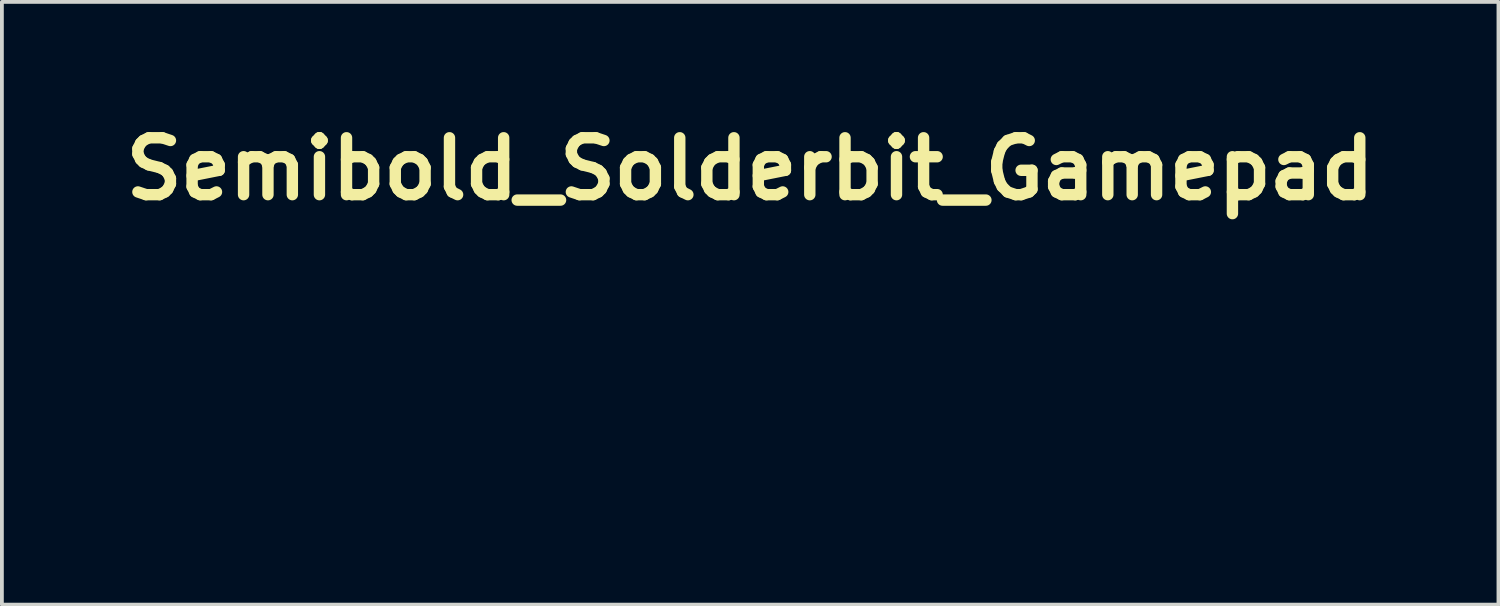
<source format=kicad_pcb>
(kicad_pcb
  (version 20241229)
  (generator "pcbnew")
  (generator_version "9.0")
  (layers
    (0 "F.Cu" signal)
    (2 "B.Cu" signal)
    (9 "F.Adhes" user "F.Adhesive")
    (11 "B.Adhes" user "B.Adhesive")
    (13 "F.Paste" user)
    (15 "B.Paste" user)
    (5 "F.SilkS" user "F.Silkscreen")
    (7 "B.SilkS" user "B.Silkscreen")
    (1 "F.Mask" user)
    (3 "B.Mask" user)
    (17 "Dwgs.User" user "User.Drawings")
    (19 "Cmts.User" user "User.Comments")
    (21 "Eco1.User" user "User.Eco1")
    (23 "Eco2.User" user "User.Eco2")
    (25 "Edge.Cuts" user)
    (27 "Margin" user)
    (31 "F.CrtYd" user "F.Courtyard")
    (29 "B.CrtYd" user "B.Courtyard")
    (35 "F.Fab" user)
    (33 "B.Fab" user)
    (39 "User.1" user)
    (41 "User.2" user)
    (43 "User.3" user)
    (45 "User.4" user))
  (footprint "Semibold_Solderbit_Gamepad"
    (layer "F.Cu")
    (at 16.729 6.484)
    (property "Reference" "Semibold_Solderbit_Gamepad" (at 0 -5.08 0) (layer "F.SilkS") (effects (font (size 1.5 1.5) (thickness 0.3))))
    (attr board_only exclude_from_pos_files exclude_from_bom)
    (fp_poly (pts (xy -4.471 -1.597) (xy -4.44 -1.591) (xy -4.408 -1.575) (xy -4.379 -1.55) (xy -4.354 -1.518) (xy -4.336 -1.481) (xy -4.324 -1.441) (xy -4.321 -1.404) (xy -4.321 -1.388) (xy -4.515 -1.388) (xy -4.709 -1.388) (xy -4.706 -1.406) (xy -4.693 -1.45) (xy -4.672 -1.492) (xy -4.646 -1.53) (xy -4.614 -1.56) (xy -4.58 -1.582) (xy -4.547 -1.593) (xy -4.509 -1.598)) (stroke (width 0) (type solid)) (fill yes) (layer "F.Mask"))
    (fp_poly (pts (xy -1.414 -1.597) (xy -1.383 -1.591) (xy -1.351 -1.575) (xy -1.322 -1.55) (xy -1.297 -1.518) (xy -1.279 -1.481) (xy -1.267 -1.441) (xy -1.264 -1.404) (xy -1.264 -1.388) (xy -1.458 -1.388) (xy -1.652 -1.388) (xy -1.649 -1.406) (xy -1.636 -1.45) (xy -1.616 -1.492) (xy -1.589 -1.53) (xy -1.557 -1.56) (xy -1.523 -1.582) (xy -1.49 -1.593) (xy -1.452 -1.598)) (stroke (width 0) (type solid)) (fill yes) (layer "F.Mask"))
    (fp_poly (pts (xy -0.914 1.619) (xy -0.915 2.006) (xy -0.999 2.008) (xy -1.029 2.008) (xy -1.054 2.008) (xy -1.073 2.007) (xy -1.085 2.006) (xy -1.087 2.006) (xy -1.088 2) (xy -1.088 1.984) (xy -1.089 1.959) (xy -1.089 1.926) (xy -1.09 1.886) (xy -1.09 1.839) (xy -1.091 1.786) (xy -1.091 1.729) (xy -1.091 1.668) (xy -1.091 1.617) (xy -1.091 1.231) (xy -1.002 1.231) (xy -0.913 1.231)) (stroke (width 0) (type solid)) (fill yes) (layer "F.Mask"))
    (fp_poly (pts (xy -4.601 1.434) (xy -4.601 2.009) (xy -4.687 2.009) (xy -4.716 2.009) (xy -4.742 2.008) (xy -4.762 2.007) (xy -4.773 2.006) (xy -4.776 2.006) (xy -4.777 2) (xy -4.777 1.984) (xy -4.778 1.959) (xy -4.778 1.925) (xy -4.778 1.883) (xy -4.779 1.834) (xy -4.779 1.778) (xy -4.779 1.716) (xy -4.779 1.65) (xy -4.78 1.579) (xy -4.78 1.504) (xy -4.78 1.43) (xy -4.78 0.859) (xy -4.691 0.859) (xy -4.601 0.859)) (stroke (width 0) (type solid)) (fill yes) (layer "F.Mask"))
    (fp_poly (pts (xy -0.969 0.873) (xy -0.954 0.877) (xy -0.929 0.893) (xy -0.911 0.914) (xy -0.901 0.94) (xy -0.897 0.967) (xy -0.902 0.995) (xy -0.913 1.02) (xy -0.932 1.041) (xy -0.953 1.054) (xy -0.976 1.061) (xy -1.003 1.063) (xy -1.028 1.062) (xy -1.042 1.058) (xy -1.06 1.047) (xy -1.079 1.03) (xy -1.093 1.011) (xy -1.094 1.008) (xy -1.101 0.988) (xy -1.102 0.964) (xy -1.1 0.94) (xy -1.095 0.926) (xy -1.08 0.905) (xy -1.061 0.887) (xy -1.041 0.875) (xy -1.041 0.875) (xy -1.019 0.871) (xy -0.994 0.87)) (stroke (width 0) (type solid)) (fill yes) (layer "F.Mask"))
    (fp_poly (pts (xy 1.485 -1.254) (xy 1.481 -1.195) (xy 1.469 -1.143) (xy 1.45 -1.099) (xy 1.423 -1.061) (xy 1.39 -1.032) (xy 1.361 -1.016) (xy 1.331 -1.006) (xy 1.297 -1.001) (xy 1.262 -1.001) (xy 1.232 -1.005) (xy 1.227 -1.007) (xy 1.194 -1.023) (xy 1.168 -1.046) (xy 1.151 -1.075) (xy 1.142 -1.108) (xy 1.144 -1.146) (xy 1.145 -1.154) (xy 1.151 -1.176) (xy 1.161 -1.193) (xy 1.174 -1.208) (xy 1.184 -1.217) (xy 1.194 -1.225) (xy 1.205 -1.232) (xy 1.219 -1.238) (xy 1.237 -1.244) (xy 1.258 -1.249) (xy 1.286 -1.255) (xy 1.32 -1.261) (xy 1.361 -1.267) (xy 1.412 -1.275) (xy 1.465 -1.283) (xy 1.485 -1.286)) (stroke (width 0) (type solid)) (fill yes) (layer "F.Mask"))
    (fp_poly (pts (xy -6.508 0.919) (xy -6.491 0.92) (xy -6.482 0.921) (xy -6.481 0.922) (xy -6.483 0.927) (xy -6.489 0.942) (xy -6.498 0.966) (xy -6.511 0.998) (xy -6.527 1.037) (xy -6.546 1.083) (xy -6.568 1.136) (xy -6.592 1.194) (xy -6.618 1.258) (xy -6.646 1.326) (xy -6.676 1.399) (xy -6.707 1.474) (xy -6.74 1.553) (xy -6.741 1.557) (xy -7.002 2.187) (xy -7.081 2.187) (xy -7.161 2.187) (xy -7.124 2.097) (xy -7.117 2.079) (xy -7.106 2.053) (xy -7.091 2.018) (xy -7.074 1.975) (xy -7.053 1.926) (xy -7.03 1.87) (xy -7.005 1.81) (xy -6.978 1.744) (xy -6.95 1.676) (xy -6.92 1.604) (xy -6.89 1.53) (xy -6.863 1.464) (xy -6.639 0.921) (xy -6.56 0.919) (xy -6.532 0.919)) (stroke (width 0) (type solid)) (fill yes) (layer "F.Mask"))
    (fp_poly (pts (xy 0.388 0.919) (xy 0.406 0.92) (xy 0.415 0.921) (xy 0.416 0.922) (xy 0.414 0.927) (xy 0.408 0.942) (xy 0.399 0.966) (xy 0.386 0.998) (xy 0.369 1.037) (xy 0.35 1.083) (xy 0.329 1.136) (xy 0.305 1.194) (xy 0.279 1.258) (xy 0.25 1.326) (xy 0.221 1.399) (xy 0.189 1.474) (xy 0.157 1.553) (xy 0.155 1.557) (xy -0.105 2.187) (xy -0.185 2.187) (xy -0.264 2.187) (xy -0.227 2.097) (xy -0.22 2.079) (xy -0.209 2.053) (xy -0.194 2.018) (xy -0.177 1.975) (xy -0.156 1.926) (xy -0.133 1.87) (xy -0.108 1.81) (xy -0.082 1.744) (xy -0.053 1.676) (xy -0.024 1.604) (xy 0.007 1.53) (xy 0.034 1.464) (xy 0.258 0.921) (xy 0.337 0.919) (xy 0.365 0.919)) (stroke (width 0) (type solid)) (fill yes) (layer "F.Mask"))
    (fp_poly (pts (xy 2.377 -1.586) (xy 2.394 -1.583) (xy 2.41 -1.577) (xy 2.45 -1.556) (xy 2.484 -1.527) (xy 2.511 -1.49) (xy 2.531 -1.446) (xy 2.544 -1.393) (xy 2.549 -1.333) (xy 2.549 -1.32) (xy 2.546 -1.256) (xy 2.536 -1.198) (xy 2.519 -1.146) (xy 2.496 -1.102) (xy 2.468 -1.066) (xy 2.434 -1.038) (xy 2.394 -1.018) (xy 2.35 -1.008) (xy 2.341 -1.008) (xy 2.318 -1.007) (xy 2.295 -1.008) (xy 2.28 -1.01) (xy 2.238 -1.024) (xy 2.2 -1.048) (xy 2.168 -1.079) (xy 2.143 -1.118) (xy 2.125 -1.162) (xy 2.117 -1.202) (xy 2.114 -1.229) (xy 2.113 -1.262) (xy 2.113 -1.298) (xy 2.115 -1.335) (xy 2.117 -1.369) (xy 2.121 -1.397) (xy 2.124 -1.412) (xy 2.142 -1.459) (xy 2.167 -1.501) (xy 2.199 -1.536) (xy 2.236 -1.562) (xy 2.245 -1.567) (xy 2.265 -1.576) (xy 2.283 -1.582) (xy 2.302 -1.585) (xy 2.328 -1.587) (xy 2.33 -1.587) (xy 2.357 -1.587)) (stroke (width 0) (type solid)) (fill yes) (layer "F.Mask"))
    (fp_poly (pts (xy -5.477 -1.584) (xy -5.438 -1.572) (xy -5.402 -1.551) (xy -5.369 -1.521) (xy -5.353 -1.501) (xy -5.338 -1.478) (xy -5.331 -1.465) (xy -5.327 -1.454) (xy -5.323 -1.445) (xy -5.321 -1.435) (xy -5.319 -1.423) (xy -5.318 -1.406) (xy -5.317 -1.384) (xy -5.317 -1.354) (xy -5.317 -1.316) (xy -5.317 -1.315) (xy -5.317 -1.275) (xy -5.318 -1.243) (xy -5.318 -1.219) (xy -5.32 -1.201) (xy -5.322 -1.186) (xy -5.325 -1.174) (xy -5.328 -1.164) (xy -5.345 -1.123) (xy -5.37 -1.086) (xy -5.4 -1.054) (xy -5.434 -1.03) (xy -5.46 -1.018) (xy -5.484 -1.012) (xy -5.513 -1.008) (xy -5.543 -1.007) (xy -5.569 -1.008) (xy -5.58 -1.01) (xy -5.622 -1.026) (xy -5.659 -1.051) (xy -5.69 -1.084) (xy -5.715 -1.124) (xy -5.734 -1.17) (xy -5.746 -1.223) (xy -5.75 -1.28) (xy -5.747 -1.341) (xy -5.736 -1.4) (xy -5.719 -1.452) (xy -5.696 -1.496) (xy -5.666 -1.532) (xy -5.631 -1.559) (xy -5.591 -1.578) (xy -5.545 -1.587) (xy -5.523 -1.588)) (stroke (width 0) (type solid)) (fill yes) (layer "F.Mask"))
    (fp_poly (pts (xy 3.795 -1.585) (xy 3.816 -1.584) (xy 3.831 -1.582) (xy 3.845 -1.578) (xy 3.858 -1.573) (xy 3.862 -1.571) (xy 3.902 -1.547) (xy 3.935 -1.516) (xy 3.961 -1.477) (xy 3.98 -1.43) (xy 3.993 -1.374) (xy 3.997 -1.348) (xy 4 -1.29) (xy 3.996 -1.235) (xy 3.986 -1.183) (xy 3.969 -1.136) (xy 3.948 -1.095) (xy 3.921 -1.063) (xy 3.906 -1.05) (xy 3.873 -1.03) (xy 3.833 -1.016) (xy 3.79 -1.008) (xy 3.747 -1.006) (xy 3.707 -1.012) (xy 3.66 -1.029) (xy 3.62 -1.055) (xy 3.586 -1.089) (xy 3.559 -1.132) (xy 3.557 -1.137) (xy 3.542 -1.171) (xy 3.533 -1.203) (xy 3.527 -1.237) (xy 3.525 -1.276) (xy 3.525 -1.293) (xy 3.526 -1.339) (xy 3.531 -1.378) (xy 3.539 -1.413) (xy 3.552 -1.446) (xy 3.557 -1.456) (xy 3.579 -1.495) (xy 3.604 -1.526) (xy 3.635 -1.55) (xy 3.66 -1.565) (xy 3.678 -1.573) (xy 3.692 -1.579) (xy 3.705 -1.583) (xy 3.721 -1.584) (xy 3.741 -1.585) (xy 3.767 -1.585)) (stroke (width 0) (type solid)) (fill yes) (layer "F.Mask"))
    (fp_poly (pts (xy 5.452 -1.583) (xy 5.495 -1.567) (xy 5.533 -1.543) (xy 5.566 -1.51) (xy 5.592 -1.47) (xy 5.595 -1.464) (xy 5.599 -1.454) (xy 5.603 -1.445) (xy 5.605 -1.435) (xy 5.607 -1.422) (xy 5.608 -1.406) (xy 5.608 -1.384) (xy 5.609 -1.354) (xy 5.609 -1.315) (xy 5.609 -1.312) (xy 5.609 -1.273) (xy 5.608 -1.242) (xy 5.608 -1.218) (xy 5.607 -1.201) (xy 5.605 -1.187) (xy 5.602 -1.176) (xy 5.599 -1.165) (xy 5.597 -1.158) (xy 5.579 -1.121) (xy 5.556 -1.087) (xy 5.531 -1.059) (xy 5.521 -1.05) (xy 5.485 -1.029) (xy 5.445 -1.014) (xy 5.402 -1.007) (xy 5.361 -1.009) (xy 5.343 -1.012) (xy 5.301 -1.028) (xy 5.264 -1.053) (xy 5.233 -1.087) (xy 5.208 -1.129) (xy 5.208 -1.129) (xy 5.195 -1.16) (xy 5.186 -1.189) (xy 5.18 -1.219) (xy 5.178 -1.254) (xy 5.178 -1.291) (xy 5.181 -1.352) (xy 5.19 -1.405) (xy 5.206 -1.451) (xy 5.228 -1.492) (xy 5.249 -1.519) (xy 5.283 -1.551) (xy 5.321 -1.572) (xy 5.363 -1.584) (xy 5.406 -1.588)) (stroke (width 0) (type solid)) (fill yes) (layer "F.Mask"))
    (fp_poly (pts (xy -0.46 1.116) (xy -0.459 1.231) (xy -0.367 1.231) (xy -0.275 1.231) (xy -0.275 1.299) (xy -0.275 1.366) (xy -0.367 1.366) (xy -0.46 1.366) (xy -0.458 1.595) (xy -0.458 1.65) (xy -0.457 1.696) (xy -0.457 1.734) (xy -0.456 1.763) (xy -0.455 1.786) (xy -0.454 1.804) (xy -0.453 1.817) (xy -0.452 1.826) (xy -0.45 1.833) (xy -0.447 1.838) (xy -0.445 1.842) (xy -0.428 1.861) (xy -0.404 1.875) (xy -0.375 1.883) (xy -0.344 1.885) (xy -0.313 1.88) (xy -0.298 1.874) (xy -0.275 1.864) (xy -0.277 1.932) (xy -0.278 2.001) (xy -0.309 2.01) (xy -0.339 2.017) (xy -0.374 2.021) (xy -0.412 2.023) (xy -0.447 2.022) (xy -0.466 2.02) (xy -0.51 2.008) (xy -0.549 1.989) (xy -0.581 1.964) (xy -0.606 1.933) (xy -0.616 1.915) (xy -0.621 1.901) (xy -0.625 1.886) (xy -0.628 1.867) (xy -0.631 1.845) (xy -0.633 1.817) (xy -0.635 1.784) (xy -0.636 1.744) (xy -0.637 1.695) (xy -0.637 1.637) (xy -0.637 1.587) (xy -0.637 1.366) (xy -0.702 1.366) (xy -0.767 1.366) (xy -0.767 1.299) (xy -0.767 1.231) (xy -0.702 1.231) (xy -0.637 1.231) (xy -0.637 1.141) (xy -0.637 1.05) (xy -0.55 1.026) (xy -0.462 1.001)) (stroke (width 0) (type solid)) (fill yes) (layer "F.Mask"))
    (fp_poly (pts (xy -2.181 1.223) (xy -2.172 1.226) (xy -2.155 1.233) (xy -2.155 1.313) (xy -2.155 1.341) (xy -2.156 1.365) (xy -2.156 1.383) (xy -2.157 1.392) (xy -2.158 1.393) (xy -2.164 1.391) (xy -2.176 1.386) (xy -2.177 1.385) (xy -2.196 1.379) (xy -2.22 1.375) (xy -2.248 1.373) (xy -2.273 1.374) (xy -2.288 1.377) (xy -2.322 1.391) (xy -2.353 1.415) (xy -2.381 1.448) (xy -2.404 1.487) (xy -2.415 1.517) (xy -2.418 1.526) (xy -2.421 1.535) (xy -2.423 1.546) (xy -2.424 1.558) (xy -2.426 1.574) (xy -2.427 1.594) (xy -2.428 1.62) (xy -2.428 1.653) (xy -2.429 1.693) (xy -2.43 1.742) (xy -2.43 1.78) (xy -2.433 2.006) (xy -2.517 2.008) (xy -2.546 2.008) (xy -2.571 2.008) (xy -2.591 2.007) (xy -2.602 2.006) (xy -2.605 2.006) (xy -2.605 2) (xy -2.606 1.984) (xy -2.607 1.959) (xy -2.607 1.926) (xy -2.608 1.886) (xy -2.608 1.839) (xy -2.608 1.786) (xy -2.608 1.729) (xy -2.609 1.668) (xy -2.609 1.617) (xy -2.609 1.231) (xy -2.519 1.231) (xy -2.43 1.231) (xy -2.43 1.311) (xy -2.43 1.391) (xy -2.412 1.351) (xy -2.389 1.312) (xy -2.36 1.278) (xy -2.327 1.25) (xy -2.3 1.234) (xy -2.271 1.225) (xy -2.24 1.22) (xy -2.208 1.219)) (stroke (width 0) (type solid)) (fill yes) (layer "F.Mask"))
    (fp_poly (pts (xy -3.667 1.434) (xy -3.667 2.009) (xy -3.753 2.009) (xy -3.84 2.009) (xy -3.841 1.941) (xy -3.843 1.872) (xy -3.868 1.907) (xy -3.896 1.939) (xy -3.929 1.968) (xy -3.962 1.991) (xy -3.978 1.999) (xy -4.024 2.014) (xy -4.074 2.023) (xy -4.126 2.024) (xy -4.177 2.018) (xy -4.178 2.017) (xy -4.226 2.002) (xy -4.271 1.977) (xy -4.313 1.944) (xy -4.348 1.904) (xy -4.364 1.879) (xy -4.388 1.829) (xy -4.406 1.772) (xy -4.418 1.709) (xy -4.422 1.644) (xy -4.421 1.614) (xy -4.243 1.614) (xy -4.242 1.669) (xy -4.234 1.722) (xy -4.234 1.723) (xy -4.22 1.764) (xy -4.199 1.802) (xy -4.171 1.835) (xy -4.14 1.86) (xy -4.114 1.874) (xy -4.079 1.882) (xy -4.041 1.885) (xy -4.002 1.881) (xy -3.971 1.873) (xy -3.943 1.858) (xy -3.914 1.836) (xy -3.889 1.809) (xy -3.869 1.78) (xy -3.865 1.77) (xy -3.855 1.747) (xy -3.849 1.725) (xy -3.844 1.7) (xy -3.841 1.672) (xy -3.84 1.638) (xy -3.841 1.595) (xy -3.841 1.591) (xy -3.842 1.556) (xy -3.843 1.53) (xy -3.844 1.511) (xy -3.847 1.497) (xy -3.85 1.485) (xy -3.854 1.474) (xy -3.855 1.472) (xy -3.879 1.43) (xy -3.908 1.397) (xy -3.942 1.373) (xy -3.982 1.359) (xy -3.997 1.356) (xy -4.045 1.352) (xy -4.089 1.359) (xy -4.129 1.375) (xy -4.164 1.401) (xy -4.193 1.437) (xy -4.21 1.466) (xy -4.227 1.51) (xy -4.238 1.56) (xy -4.243 1.614) (xy -4.421 1.614) (xy -4.42 1.577) (xy -4.41 1.512) (xy -4.401 1.475) (xy -4.382 1.421) (xy -4.355 1.37) (xy -4.322 1.325) (xy -4.285 1.287) (xy -4.243 1.257) (xy -4.223 1.246) (xy -4.189 1.232) (xy -4.156 1.222) (xy -4.122 1.217) (xy -4.081 1.215) (xy -4.076 1.215) (xy -4.022 1.218) (xy -3.976 1.229) (xy -3.936 1.247) (xy -3.899 1.274) (xy -3.864 1.311) (xy -3.852 1.326) (xy -3.841 1.342) (xy -3.84 1.1) (xy -3.84 0.859) (xy -3.754 0.859) (xy -3.667 0.859)) (stroke (width 0) (type solid)) (fill yes) (layer "F.Mask"))
    (fp_poly (pts (xy 6.913 1.434) (xy 6.913 2.009) (xy 6.827 2.009) (xy 6.741 2.009) (xy 6.739 1.941) (xy 6.738 1.872) (xy 6.712 1.907) (xy 6.684 1.939) (xy 6.652 1.968) (xy 6.618 1.991) (xy 6.602 1.999) (xy 6.557 2.014) (xy 6.506 2.023) (xy 6.454 2.024) (xy 6.404 2.018) (xy 6.402 2.017) (xy 6.354 2.002) (xy 6.309 1.977) (xy 6.268 1.944) (xy 6.232 1.904) (xy 6.216 1.879) (xy 6.192 1.829) (xy 6.174 1.772) (xy 6.163 1.709) (xy 6.158 1.644) (xy 6.159 1.614) (xy 6.337 1.614) (xy 6.338 1.669) (xy 6.346 1.722) (xy 6.346 1.723) (xy 6.36 1.764) (xy 6.382 1.802) (xy 6.409 1.835) (xy 6.441 1.86) (xy 6.466 1.874) (xy 6.501 1.882) (xy 6.54 1.885) (xy 6.579 1.881) (xy 6.609 1.873) (xy 6.637 1.858) (xy 6.666 1.836) (xy 6.691 1.809) (xy 6.711 1.78) (xy 6.715 1.77) (xy 6.725 1.747) (xy 6.732 1.725) (xy 6.736 1.7) (xy 6.739 1.672) (xy 6.74 1.638) (xy 6.739 1.595) (xy 6.739 1.591) (xy 6.738 1.556) (xy 6.737 1.53) (xy 6.736 1.511) (xy 6.734 1.497) (xy 6.73 1.485) (xy 6.726 1.474) (xy 6.725 1.472) (xy 6.701 1.43) (xy 6.672 1.397) (xy 6.638 1.373) (xy 6.598 1.359) (xy 6.583 1.356) (xy 6.535 1.352) (xy 6.491 1.359) (xy 6.451 1.375) (xy 6.416 1.401) (xy 6.387 1.437) (xy 6.37 1.466) (xy 6.353 1.51) (xy 6.342 1.56) (xy 6.337 1.614) (xy 6.159 1.614) (xy 6.16 1.577) (xy 6.17 1.512) (xy 6.179 1.475) (xy 6.198 1.421) (xy 6.225 1.37) (xy 6.258 1.325) (xy 6.296 1.287) (xy 6.337 1.257) (xy 6.357 1.246) (xy 6.391 1.232) (xy 6.424 1.222) (xy 6.458 1.217) (xy 6.499 1.215) (xy 6.504 1.215) (xy 6.558 1.218) (xy 6.604 1.229) (xy 6.645 1.247) (xy 6.681 1.274) (xy 6.716 1.311) (xy 6.728 1.326) (xy 6.74 1.342) (xy 6.74 1.1) (xy 6.74 0.859) (xy 6.827 0.859) (xy 6.913 0.859)) (stroke (width 0) (type solid)) (fill yes) (layer "F.Mask"))
    (fp_poly (pts (xy -1.851 1.112) (xy -1.85 1.366) (xy -1.823 1.33) (xy -1.791 1.293) (xy -1.754 1.263) (xy -1.714 1.24) (xy -1.695 1.232) (xy -1.666 1.224) (xy -1.631 1.219) (xy -1.592 1.216) (xy -1.555 1.216) (xy -1.523 1.219) (xy -1.513 1.22) (xy -1.462 1.237) (xy -1.415 1.263) (xy -1.375 1.297) (xy -1.34 1.341) (xy -1.312 1.393) (xy -1.293 1.445) (xy -1.288 1.462) (xy -1.284 1.478) (xy -1.281 1.493) (xy -1.279 1.511) (xy -1.278 1.532) (xy -1.278 1.56) (xy -1.278 1.596) (xy -1.278 1.637) (xy -1.279 1.669) (xy -1.28 1.695) (xy -1.283 1.715) (xy -1.286 1.733) (xy -1.287 1.736) (xy -1.308 1.802) (xy -1.335 1.86) (xy -1.369 1.909) (xy -1.409 1.95) (xy -1.454 1.982) (xy -1.505 2.005) (xy -1.562 2.019) (xy -1.604 2.023) (xy -1.63 2.023) (xy -1.654 2.022) (xy -1.674 2.021) (xy -1.679 2.02) (xy -1.717 2.008) (xy -1.756 1.988) (xy -1.791 1.963) (xy -1.821 1.934) (xy -1.838 1.912) (xy -1.85 1.893) (xy -1.852 1.95) (xy -1.855 2.006) (xy -1.942 2.006) (xy -2.028 2.006) (xy -2.029 1.639) (xy -1.857 1.639) (xy -1.856 1.676) (xy -1.853 1.708) (xy -1.853 1.709) (xy -1.842 1.755) (xy -1.822 1.796) (xy -1.796 1.831) (xy -1.763 1.858) (xy -1.736 1.871) (xy -1.698 1.882) (xy -1.657 1.885) (xy -1.616 1.881) (xy -1.591 1.874) (xy -1.555 1.855) (xy -1.523 1.826) (xy -1.496 1.789) (xy -1.475 1.744) (xy -1.466 1.715) (xy -1.46 1.685) (xy -1.456 1.649) (xy -1.454 1.61) (xy -1.454 1.572) (xy -1.457 1.537) (xy -1.461 1.515) (xy -1.476 1.467) (xy -1.499 1.427) (xy -1.527 1.395) (xy -1.561 1.371) (xy -1.6 1.357) (xy -1.643 1.352) (xy -1.678 1.355) (xy -1.724 1.367) (xy -1.763 1.388) (xy -1.796 1.417) (xy -1.822 1.455) (xy -1.842 1.5) (xy -1.842 1.502) (xy -1.848 1.528) (xy -1.853 1.562) (xy -1.856 1.6) (xy -1.857 1.639) (xy -2.029 1.639) (xy -2.029 1.433) (xy -2.031 0.859) (xy -1.942 0.859) (xy -1.853 0.859)) (stroke (width 0) (type solid)) (fill yes) (layer "F.Mask"))
    (fp_poly (pts (xy -6.06 1.216) (xy -6.021 1.219) (xy -5.984 1.226) (xy -5.945 1.235) (xy -5.914 1.244) (xy -5.914 1.319) (xy -5.914 1.346) (xy -5.915 1.368) (xy -5.916 1.385) (xy -5.917 1.393) (xy -5.918 1.393) (xy -5.925 1.391) (xy -5.937 1.384) (xy -5.938 1.383) (xy -5.975 1.366) (xy -6.017 1.353) (xy -6.062 1.345) (xy -6.107 1.343) (xy -6.149 1.347) (xy -6.187 1.356) (xy -6.198 1.361) (xy -6.223 1.378) (xy -6.24 1.401) (xy -6.248 1.425) (xy -6.248 1.451) (xy -6.239 1.476) (xy -6.221 1.498) (xy -6.207 1.508) (xy -6.199 1.513) (xy -6.19 1.518) (xy -6.179 1.523) (xy -6.165 1.529) (xy -6.145 1.537) (xy -6.119 1.548) (xy -6.084 1.561) (xy -6.026 1.586) (xy -5.977 1.614) (xy -5.939 1.643) (xy -5.91 1.676) (xy -5.89 1.711) (xy -5.882 1.735) (xy -5.877 1.764) (xy -5.876 1.797) (xy -5.88 1.831) (xy -5.886 1.861) (xy -5.892 1.877) (xy -5.908 1.901) (xy -5.929 1.927) (xy -5.955 1.952) (xy -5.981 1.971) (xy -5.993 1.978) (xy -6.043 1.999) (xy -6.1 2.013) (xy -6.162 2.022) (xy -6.226 2.024) (xy -6.287 2.019) (xy -6.33 2.012) (xy -6.368 2.003) (xy -6.399 1.992) (xy -6.427 1.981) (xy -6.427 1.901) (xy -6.427 1.82) (xy -6.403 1.837) (xy -6.352 1.865) (xy -6.296 1.884) (xy -6.237 1.894) (xy -6.207 1.896) (xy -6.158 1.893) (xy -6.118 1.884) (xy -6.087 1.87) (xy -6.065 1.85) (xy -6.053 1.825) (xy -6.049 1.797) (xy -6.052 1.775) (xy -6.063 1.755) (xy -6.081 1.736) (xy -6.108 1.718) (xy -6.144 1.701) (xy -6.177 1.688) (xy -6.236 1.664) (xy -6.286 1.641) (xy -6.327 1.617) (xy -6.359 1.592) (xy -6.384 1.566) (xy -6.402 1.538) (xy -6.404 1.535) (xy -6.411 1.52) (xy -6.415 1.507) (xy -6.417 1.492) (xy -6.419 1.473) (xy -6.419 1.447) (xy -6.419 1.445) (xy -6.419 1.417) (xy -6.417 1.398) (xy -6.415 1.383) (xy -6.411 1.37) (xy -6.405 1.358) (xy -6.38 1.32) (xy -6.346 1.287) (xy -6.305 1.26) (xy -6.256 1.239) (xy -6.201 1.224) (xy -6.141 1.216) (xy -6.106 1.215)) (stroke (width 0) (type solid)) (fill yes) (layer "F.Mask"))
    (fp_poly (pts (xy 4.958 1.217) (xy 5.004 1.224) (xy 5.045 1.237) (xy 5.082 1.258) (xy 5.116 1.285) (xy 5.154 1.327) (xy 5.184 1.376) (xy 5.206 1.433) (xy 5.221 1.496) (xy 5.227 1.567) (xy 5.228 1.594) (xy 5.224 1.67) (xy 5.213 1.739) (xy 5.194 1.802) (xy 5.168 1.857) (xy 5.135 1.906) (xy 5.095 1.947) (xy 5.05 1.98) (xy 5 2.003) (xy 4.983 2.009) (xy 4.968 2.013) (xy 4.951 2.015) (xy 4.932 2.017) (xy 4.906 2.017) (xy 4.885 2.017) (xy 4.809 2.017) (xy 4.769 1.997) (xy 4.739 1.98) (xy 4.713 1.962) (xy 4.689 1.939) (xy 4.67 1.917) (xy 4.65 1.893) (xy 4.65 2.129) (xy 4.65 2.366) (xy 4.565 2.366) (xy 4.535 2.365) (xy 4.51 2.365) (xy 4.49 2.364) (xy 4.478 2.363) (xy 4.475 2.362) (xy 4.475 2.356) (xy 4.475 2.34) (xy 4.474 2.315) (xy 4.474 2.281) (xy 4.473 2.239) (xy 4.473 2.19) (xy 4.473 2.135) (xy 4.472 2.073) (xy 4.472 2.007) (xy 4.472 1.936) (xy 4.472 1.861) (xy 4.472 1.795) (xy 4.472 1.639) (xy 4.646 1.639) (xy 4.647 1.676) (xy 4.649 1.708) (xy 4.65 1.709) (xy 4.661 1.755) (xy 4.68 1.796) (xy 4.707 1.831) (xy 4.74 1.858) (xy 4.767 1.871) (xy 4.804 1.882) (xy 4.846 1.885) (xy 4.887 1.881) (xy 4.912 1.874) (xy 4.948 1.855) (xy 4.98 1.826) (xy 5.006 1.789) (xy 5.027 1.744) (xy 5.037 1.715) (xy 5.043 1.685) (xy 5.047 1.649) (xy 5.049 1.61) (xy 5.048 1.572) (xy 5.046 1.537) (xy 5.042 1.515) (xy 5.026 1.467) (xy 5.004 1.427) (xy 4.976 1.395) (xy 4.941 1.371) (xy 4.903 1.357) (xy 4.859 1.352) (xy 4.825 1.355) (xy 4.779 1.367) (xy 4.739 1.388) (xy 4.706 1.417) (xy 4.68 1.455) (xy 4.661 1.5) (xy 4.66 1.502) (xy 4.654 1.528) (xy 4.65 1.562) (xy 4.647 1.6) (xy 4.646 1.639) (xy 4.472 1.639) (xy 4.472 1.231) (xy 4.561 1.231) (xy 4.65 1.231) (xy 4.651 1.299) (xy 4.653 1.366) (xy 4.68 1.33) (xy 4.714 1.29) (xy 4.751 1.26) (xy 4.792 1.238) (xy 4.84 1.224) (xy 4.894 1.217) (xy 4.904 1.217)) (stroke (width 0) (type solid)) (fill yes) (layer "F.Mask"))
    (fp_poly (pts (xy -5.281 1.217) (xy -5.262 1.219) (xy -5.243 1.223) (xy -5.231 1.225) (xy -5.172 1.245) (xy -5.12 1.272) (xy -5.074 1.308) (xy -5.036 1.351) (xy -5.005 1.402) (xy -4.982 1.461) (xy -4.966 1.526) (xy -4.963 1.547) (xy -4.959 1.604) (xy -4.961 1.662) (xy -4.969 1.718) (xy -4.982 1.77) (xy -4.991 1.795) (xy -5.021 1.852) (xy -5.058 1.901) (xy -5.102 1.942) (xy -5.152 1.975) (xy -5.21 1.999) (xy -5.273 2.015) (xy -5.342 2.023) (xy -5.344 2.023) (xy -5.389 2.023) (xy -5.428 2.021) (xy -5.447 2.018) (xy -5.502 2.004) (xy -5.55 1.986) (xy -5.592 1.961) (xy -5.632 1.929) (xy -5.644 1.917) (xy -5.678 1.88) (xy -5.705 1.841) (xy -5.726 1.797) (xy -5.739 1.758) (xy -5.745 1.738) (xy -5.749 1.72) (xy -5.751 1.703) (xy -5.753 1.683) (xy -5.753 1.657) (xy -5.754 1.626) (xy -5.754 1.623) (xy -5.577 1.623) (xy -5.574 1.677) (xy -5.563 1.728) (xy -5.557 1.748) (xy -5.536 1.789) (xy -5.507 1.825) (xy -5.473 1.854) (xy -5.433 1.874) (xy -5.432 1.874) (xy -5.405 1.881) (xy -5.372 1.884) (xy -5.337 1.884) (xy -5.305 1.881) (xy -5.285 1.877) (xy -5.245 1.859) (xy -5.21 1.833) (xy -5.182 1.798) (xy -5.16 1.755) (xy -5.147 1.709) (xy -5.143 1.682) (xy -5.141 1.648) (xy -5.14 1.611) (xy -5.141 1.575) (xy -5.144 1.544) (xy -5.147 1.531) (xy -5.156 1.497) (xy -5.171 1.462) (xy -5.189 1.431) (xy -5.209 1.405) (xy -5.216 1.399) (xy -5.25 1.375) (xy -5.29 1.36) (xy -5.332 1.352) (xy -5.375 1.353) (xy -5.417 1.361) (xy -5.457 1.376) (xy -5.492 1.399) (xy -5.521 1.428) (xy -5.522 1.43) (xy -5.546 1.471) (xy -5.563 1.518) (xy -5.574 1.57) (xy -5.577 1.623) (xy -5.754 1.623) (xy -5.753 1.59) (xy -5.752 1.562) (xy -5.75 1.54) (xy -5.747 1.52) (xy -5.742 1.501) (xy -5.742 1.499) (xy -5.72 1.436) (xy -5.69 1.38) (xy -5.653 1.332) (xy -5.608 1.292) (xy -5.555 1.259) (xy -5.495 1.234) (xy -5.483 1.23) (xy -5.463 1.225) (xy -5.44 1.222) (xy -5.411 1.219) (xy -5.374 1.217) (xy -5.363 1.217) (xy -5.329 1.216) (xy -5.302 1.216)) (stroke (width 0) (type solid)) (fill yes) (layer "F.Mask"))
    (fp_poly (pts (xy -3.047 1.219) (xy -2.996 1.229) (xy -2.95 1.248) (xy -2.908 1.275) (xy -2.879 1.301) (xy -2.847 1.338) (xy -2.821 1.38) (xy -2.802 1.426) (xy -2.789 1.479) (xy -2.78 1.539) (xy -2.778 1.584) (xy -2.774 1.663) (xy -3.037 1.663) (xy -3.098 1.663) (xy -3.149 1.664) (xy -3.19 1.664) (xy -3.224 1.664) (xy -3.25 1.665) (xy -3.27 1.665) (xy -3.284 1.666) (xy -3.294 1.667) (xy -3.3 1.669) (xy -3.303 1.671) (xy -3.303 1.672) (xy -3.304 1.683) (xy -3.302 1.702) (xy -3.298 1.724) (xy -3.291 1.748) (xy -3.284 1.769) (xy -3.282 1.774) (xy -3.271 1.793) (xy -3.255 1.814) (xy -3.244 1.826) (xy -3.211 1.853) (xy -3.173 1.873) (xy -3.129 1.885) (xy -3.078 1.89) (xy -3.062 1.89) (xy -3.002 1.886) (xy -2.946 1.873) (xy -2.89 1.85) (xy -2.881 1.845) (xy -2.835 1.821) (xy -2.835 1.89) (xy -2.835 1.959) (xy -2.872 1.975) (xy -2.92 1.995) (xy -2.965 2.008) (xy -2.995 2.014) (xy -3.018 2.017) (xy -3.049 2.02) (xy -3.082 2.022) (xy -3.116 2.023) (xy -3.147 2.023) (xy -3.173 2.022) (xy -3.189 2.02) (xy -3.241 2.007) (xy -3.29 1.987) (xy -3.335 1.962) (xy -3.373 1.932) (xy -3.391 1.913) (xy -3.405 1.894) (xy -3.42 1.871) (xy -3.431 1.852) (xy -3.455 1.798) (xy -3.472 1.738) (xy -3.48 1.674) (xy -3.482 1.609) (xy -3.476 1.545) (xy -3.474 1.534) (xy -3.304 1.534) (xy -3.302 1.539) (xy -3.296 1.541) (xy -3.281 1.542) (xy -3.258 1.543) (xy -3.229 1.544) (xy -3.195 1.544) (xy -3.159 1.545) (xy -3.121 1.545) (xy -3.083 1.545) (xy -3.047 1.544) (xy -3.014 1.544) (xy -2.986 1.543) (xy -2.964 1.542) (xy -2.951 1.541) (xy -2.946 1.54) (xy -2.945 1.531) (xy -2.947 1.515) (xy -2.95 1.494) (xy -2.954 1.472) (xy -2.959 1.452) (xy -2.965 1.436) (xy -2.966 1.434) (xy -2.988 1.398) (xy -3.017 1.371) (xy -3.051 1.352) (xy -3.089 1.342) (xy -3.131 1.343) (xy -3.142 1.345) (xy -3.183 1.356) (xy -3.217 1.376) (xy -3.246 1.403) (xy -3.264 1.429) (xy -3.277 1.45) (xy -3.288 1.474) (xy -3.297 1.498) (xy -3.302 1.518) (xy -3.304 1.534) (xy -3.474 1.534) (xy -3.462 1.482) (xy -3.442 1.425) (xy -3.423 1.39) (xy -3.412 1.372) (xy -3.395 1.351) (xy -3.375 1.329) (xy -3.364 1.317) (xy -3.34 1.295) (xy -3.32 1.278) (xy -3.298 1.264) (xy -3.272 1.251) (xy -3.238 1.236) (xy -3.209 1.226) (xy -3.18 1.219) (xy -3.148 1.216) (xy -3.109 1.215) (xy -3.106 1.215)) (stroke (width 0) (type solid)) (fill yes) (layer "F.Mask"))
    (fp_poly (pts (xy 4.033 1.219) (xy 4.085 1.229) (xy 4.131 1.248) (xy 4.172 1.275) (xy 4.202 1.301) (xy 4.234 1.338) (xy 4.259 1.38) (xy 4.278 1.426) (xy 4.292 1.479) (xy 4.3 1.539) (xy 4.303 1.584) (xy 4.306 1.663) (xy 4.043 1.663) (xy 3.982 1.663) (xy 3.932 1.664) (xy 3.89 1.664) (xy 3.856 1.664) (xy 3.83 1.665) (xy 3.81 1.665) (xy 3.796 1.666) (xy 3.787 1.667) (xy 3.781 1.669) (xy 3.778 1.671) (xy 3.777 1.672) (xy 3.776 1.683) (xy 3.778 1.702) (xy 3.783 1.724) (xy 3.789 1.748) (xy 3.797 1.769) (xy 3.799 1.774) (xy 3.81 1.793) (xy 3.825 1.814) (xy 3.836 1.826) (xy 3.869 1.853) (xy 3.907 1.873) (xy 3.951 1.885) (xy 4.002 1.89) (xy 4.019 1.89) (xy 4.079 1.886) (xy 4.135 1.873) (xy 4.19 1.85) (xy 4.2 1.845) (xy 4.245 1.821) (xy 4.245 1.89) (xy 4.245 1.959) (xy 4.209 1.975) (xy 4.161 1.995) (xy 4.115 2.008) (xy 4.086 2.014) (xy 4.062 2.017) (xy 4.032 2.02) (xy 3.999 2.022) (xy 3.965 2.023) (xy 3.934 2.023) (xy 3.908 2.022) (xy 3.891 2.02) (xy 3.839 2.007) (xy 3.79 1.987) (xy 3.745 1.962) (xy 3.708 1.932) (xy 3.69 1.913) (xy 3.676 1.894) (xy 3.661 1.871) (xy 3.649 1.852) (xy 3.625 1.798) (xy 3.609 1.738) (xy 3.6 1.674) (xy 3.599 1.609) (xy 3.605 1.545) (xy 3.607 1.534) (xy 3.777 1.534) (xy 3.778 1.539) (xy 3.784 1.541) (xy 3.799 1.542) (xy 3.822 1.543) (xy 3.851 1.544) (xy 3.885 1.544) (xy 3.922 1.545) (xy 3.96 1.545) (xy 3.998 1.545) (xy 4.034 1.544) (xy 4.067 1.544) (xy 4.095 1.543) (xy 4.116 1.542) (xy 4.13 1.541) (xy 4.134 1.54) (xy 4.135 1.531) (xy 4.134 1.515) (xy 4.131 1.494) (xy 4.126 1.472) (xy 4.121 1.452) (xy 4.116 1.436) (xy 4.115 1.434) (xy 4.093 1.398) (xy 4.064 1.371) (xy 4.03 1.352) (xy 3.991 1.342) (xy 3.949 1.343) (xy 3.939 1.345) (xy 3.898 1.356) (xy 3.863 1.376) (xy 3.834 1.403) (xy 3.816 1.429) (xy 3.804 1.45) (xy 3.793 1.474) (xy 3.784 1.498) (xy 3.778 1.518) (xy 3.777 1.534) (xy 3.607 1.534) (xy 3.618 1.482) (xy 3.639 1.425) (xy 3.657 1.39) (xy 3.669 1.372) (xy 3.686 1.351) (xy 3.705 1.329) (xy 3.717 1.317) (xy 3.74 1.295) (xy 3.76 1.278) (xy 3.782 1.264) (xy 3.809 1.251) (xy 3.842 1.236) (xy 3.871 1.226) (xy 3.9 1.219) (xy 3.933 1.216) (xy 3.972 1.215) (xy 3.974 1.215)) (stroke (width 0) (type solid)) (fill yes) (layer "F.Mask"))
    (fp_poly (pts (xy 1.803 1.216) (xy 1.827 1.217) (xy 1.846 1.22) (xy 1.859 1.223) (xy 1.91 1.239) (xy 1.953 1.263) (xy 1.989 1.294) (xy 2.017 1.333) (xy 2.038 1.38) (xy 2.045 1.404) (xy 2.047 1.413) (xy 2.049 1.423) (xy 2.051 1.435) (xy 2.052 1.45) (xy 2.053 1.469) (xy 2.054 1.493) (xy 2.054 1.523) (xy 2.054 1.56) (xy 2.055 1.604) (xy 2.055 1.658) (xy 2.055 1.721) (xy 2.055 1.723) (xy 2.055 2.006) (xy 1.971 2.006) (xy 1.888 2.006) (xy 1.885 1.945) (xy 1.882 1.883) (xy 1.865 1.91) (xy 1.833 1.95) (xy 1.794 1.982) (xy 1.75 2.005) (xy 1.701 2.019) (xy 1.647 2.024) (xy 1.591 2.02) (xy 1.589 2.019) (xy 1.54 2.006) (xy 1.498 1.985) (xy 1.463 1.956) (xy 1.436 1.92) (xy 1.417 1.878) (xy 1.406 1.83) (xy 1.404 1.796) (xy 1.406 1.776) (xy 1.572 1.776) (xy 1.576 1.812) (xy 1.589 1.842) (xy 1.611 1.866) (xy 1.641 1.882) (xy 1.645 1.884) (xy 1.668 1.889) (xy 1.698 1.89) (xy 1.73 1.888) (xy 1.759 1.882) (xy 1.769 1.879) (xy 1.806 1.859) (xy 1.837 1.831) (xy 1.862 1.794) (xy 1.865 1.788) (xy 1.872 1.772) (xy 1.877 1.758) (xy 1.881 1.743) (xy 1.883 1.725) (xy 1.884 1.7) (xy 1.884 1.689) (xy 1.885 1.659) (xy 1.884 1.639) (xy 1.882 1.627) (xy 1.881 1.626) (xy 1.87 1.627) (xy 1.851 1.629) (xy 1.825 1.633) (xy 1.796 1.637) (xy 1.765 1.642) (xy 1.734 1.647) (xy 1.705 1.652) (xy 1.682 1.656) (xy 1.665 1.659) (xy 1.66 1.661) (xy 1.625 1.675) (xy 1.599 1.695) (xy 1.582 1.721) (xy 1.573 1.754) (xy 1.572 1.776) (xy 1.406 1.776) (xy 1.408 1.745) (xy 1.42 1.7) (xy 1.44 1.661) (xy 1.468 1.626) (xy 1.468 1.626) (xy 1.487 1.609) (xy 1.507 1.594) (xy 1.529 1.581) (xy 1.554 1.57) (xy 1.584 1.561) (xy 1.621 1.552) (xy 1.664 1.543) (xy 1.717 1.535) (xy 1.749 1.53) (xy 1.885 1.51) (xy 1.885 1.488) (xy 1.88 1.448) (xy 1.866 1.414) (xy 1.845 1.384) (xy 1.816 1.362) (xy 1.781 1.348) (xy 1.78 1.348) (xy 1.76 1.345) (xy 1.733 1.344) (xy 1.703 1.345) (xy 1.674 1.347) (xy 1.648 1.351) (xy 1.639 1.353) (xy 1.599 1.366) (xy 1.558 1.385) (xy 1.521 1.406) (xy 1.511 1.412) (xy 1.497 1.422) (xy 1.486 1.429) (xy 1.482 1.431) (xy 1.481 1.426) (xy 1.481 1.412) (xy 1.481 1.391) (xy 1.481 1.366) (xy 1.481 1.357) (xy 1.483 1.283) (xy 1.518 1.265) (xy 1.559 1.247) (xy 1.599 1.234) (xy 1.641 1.225) (xy 1.688 1.219) (xy 1.736 1.217) (xy 1.774 1.216)) (stroke (width 0) (type solid)) (fill yes) (layer "F.Mask"))
    (fp_poly (pts (xy 5.741 1.216) (xy 5.764 1.217) (xy 5.783 1.22) (xy 5.796 1.223) (xy 5.847 1.239) (xy 5.89 1.263) (xy 5.926 1.294) (xy 5.954 1.333) (xy 5.975 1.38) (xy 5.982 1.404) (xy 5.985 1.413) (xy 5.986 1.423) (xy 5.988 1.435) (xy 5.989 1.45) (xy 5.99 1.469) (xy 5.991 1.493) (xy 5.991 1.523) (xy 5.992 1.56) (xy 5.992 1.604) (xy 5.992 1.658) (xy 5.992 1.721) (xy 5.992 1.723) (xy 5.992 2.006) (xy 5.908 2.006) (xy 5.825 2.006) (xy 5.822 1.945) (xy 5.819 1.883) (xy 5.802 1.91) (xy 5.77 1.95) (xy 5.731 1.982) (xy 5.687 2.005) (xy 5.638 2.019) (xy 5.585 2.024) (xy 5.528 2.02) (xy 5.526 2.019) (xy 5.477 2.006) (xy 5.435 1.985) (xy 5.4 1.956) (xy 5.373 1.92) (xy 5.354 1.878) (xy 5.343 1.83) (xy 5.341 1.796) (xy 5.343 1.776) (xy 5.509 1.776) (xy 5.513 1.812) (xy 5.527 1.842) (xy 5.548 1.866) (xy 5.578 1.882) (xy 5.582 1.884) (xy 5.606 1.889) (xy 5.635 1.89) (xy 5.667 1.888) (xy 5.696 1.882) (xy 5.707 1.879) (xy 5.743 1.859) (xy 5.774 1.831) (xy 5.799 1.794) (xy 5.802 1.788) (xy 5.809 1.772) (xy 5.815 1.758) (xy 5.818 1.743) (xy 5.82 1.725) (xy 5.821 1.7) (xy 5.821 1.689) (xy 5.822 1.659) (xy 5.821 1.639) (xy 5.819 1.627) (xy 5.818 1.626) (xy 5.807 1.627) (xy 5.788 1.629) (xy 5.762 1.633) (xy 5.733 1.637) (xy 5.702 1.642) (xy 5.671 1.647) (xy 5.643 1.652) (xy 5.619 1.656) (xy 5.603 1.659) (xy 5.598 1.661) (xy 5.562 1.675) (xy 5.536 1.695) (xy 5.519 1.721) (xy 5.51 1.754) (xy 5.509 1.776) (xy 5.343 1.776) (xy 5.345 1.745) (xy 5.357 1.7) (xy 5.377 1.661) (xy 5.405 1.626) (xy 5.405 1.626) (xy 5.424 1.609) (xy 5.444 1.594) (xy 5.466 1.581) (xy 5.491 1.57) (xy 5.522 1.561) (xy 5.558 1.552) (xy 5.602 1.543) (xy 5.654 1.535) (xy 5.686 1.53) (xy 5.822 1.51) (xy 5.822 1.488) (xy 5.817 1.448) (xy 5.804 1.414) (xy 5.782 1.384) (xy 5.753 1.362) (xy 5.719 1.348) (xy 5.717 1.348) (xy 5.697 1.345) (xy 5.671 1.344) (xy 5.641 1.345) (xy 5.611 1.347) (xy 5.585 1.351) (xy 5.576 1.353) (xy 5.536 1.366) (xy 5.495 1.385) (xy 5.458 1.406) (xy 5.449 1.412) (xy 5.434 1.422) (xy 5.424 1.429) (xy 5.42 1.431) (xy 5.419 1.426) (xy 5.418 1.412) (xy 5.418 1.391) (xy 5.418 1.366) (xy 5.418 1.357) (xy 5.42 1.283) (xy 5.455 1.265) (xy 5.496 1.247) (xy 5.536 1.234) (xy 5.578 1.225) (xy 5.625 1.219) (xy 5.674 1.217) (xy 5.711 1.216)) (stroke (width 0) (type solid)) (fill yes) (layer "F.Mask"))
    (fp_poly (pts (xy 0.836 1.216) (xy 0.888 1.222) (xy 0.932 1.235) (xy 0.97 1.255) (xy 1.004 1.283) (xy 1.029 1.312) (xy 1.05 1.341) (xy 1.052 1.286) (xy 1.054 1.231) (xy 1.14 1.231) (xy 1.226 1.231) (xy 1.225 1.64) (xy 1.224 1.718) (xy 1.224 1.786) (xy 1.223 1.845) (xy 1.223 1.896) (xy 1.222 1.939) (xy 1.222 1.975) (xy 1.221 2.005) (xy 1.219 2.031) (xy 1.218 2.052) (xy 1.216 2.07) (xy 1.213 2.085) (xy 1.21 2.098) (xy 1.207 2.11) (xy 1.203 2.123) (xy 1.198 2.136) (xy 1.193 2.149) (xy 1.168 2.201) (xy 1.135 2.247) (xy 1.093 2.286) (xy 1.044 2.319) (xy 0.987 2.343) (xy 0.924 2.36) (xy 0.907 2.363) (xy 0.873 2.367) (xy 0.832 2.37) (xy 0.788 2.37) (xy 0.743 2.369) (xy 0.702 2.366) (xy 0.67 2.362) (xy 0.642 2.356) (xy 0.61 2.348) (xy 0.581 2.34) (xy 0.581 2.34) (xy 0.537 2.325) (xy 0.536 2.246) (xy 0.534 2.167) (xy 0.588 2.191) (xy 0.655 2.216) (xy 0.719 2.23) (xy 0.783 2.235) (xy 0.799 2.234) (xy 0.858 2.227) (xy 0.908 2.213) (xy 0.95 2.192) (xy 0.985 2.164) (xy 1.013 2.128) (xy 1.033 2.084) (xy 1.041 2.061) (xy 1.043 2.047) (xy 1.046 2.026) (xy 1.049 2.001) (xy 1.05 1.974) (xy 1.052 1.947) (xy 1.053 1.922) (xy 1.053 1.901) (xy 1.052 1.886) (xy 1.05 1.88) (xy 1.05 1.88) (xy 1.044 1.884) (xy 1.035 1.895) (xy 1.026 1.907) (xy 0.993 1.946) (xy 0.951 1.978) (xy 0.904 2.002) (xy 0.855 2.017) (xy 0.797 2.025) (xy 0.741 2.022) (xy 0.688 2.009) (xy 0.64 1.988) (xy 0.596 1.957) (xy 0.557 1.919) (xy 0.525 1.872) (xy 0.5 1.819) (xy 0.486 1.775) (xy 0.476 1.721) (xy 0.472 1.66) (xy 0.472 1.623) (xy 0.65 1.623) (xy 0.652 1.676) (xy 0.661 1.726) (xy 0.676 1.769) (xy 0.677 1.772) (xy 0.702 1.813) (xy 0.732 1.845) (xy 0.768 1.868) (xy 0.791 1.877) (xy 0.819 1.883) (xy 0.852 1.884) (xy 0.884 1.882) (xy 0.91 1.876) (xy 0.952 1.856) (xy 0.988 1.828) (xy 1.016 1.792) (xy 1.028 1.769) (xy 1.038 1.746) (xy 1.045 1.721) (xy 1.049 1.693) (xy 1.052 1.66) (xy 1.053 1.619) (xy 1.052 1.588) (xy 1.052 1.554) (xy 1.051 1.53) (xy 1.049 1.512) (xy 1.047 1.498) (xy 1.044 1.486) (xy 1.039 1.475) (xy 1.034 1.464) (xy 1.009 1.424) (xy 0.979 1.393) (xy 0.942 1.37) (xy 0.899 1.356) (xy 0.889 1.354) (xy 0.844 1.352) (xy 0.801 1.36) (xy 0.762 1.377) (xy 0.728 1.403) (xy 0.699 1.438) (xy 0.681 1.471) (xy 0.664 1.518) (xy 0.654 1.569) (xy 0.65 1.623) (xy 0.472 1.623) (xy 0.473 1.598) (xy 0.479 1.536) (xy 0.489 1.483) (xy 0.507 1.429) (xy 0.533 1.378) (xy 0.564 1.333) (xy 0.601 1.293) (xy 0.641 1.262) (xy 0.667 1.248) (xy 0.704 1.232) (xy 0.739 1.222) (xy 0.776 1.217) (xy 0.818 1.216)) (stroke (width 0) (type solid)) (fill yes) (layer "F.Mask"))
    (fp_poly (pts (xy 2.727 1.217) (xy 2.764 1.224) (xy 2.794 1.234) (xy 2.795 1.234) (xy 2.821 1.25) (xy 2.848 1.271) (xy 2.873 1.296) (xy 2.892 1.321) (xy 2.903 1.341) (xy 2.91 1.355) (xy 2.916 1.365) (xy 2.918 1.366) (xy 2.923 1.362) (xy 2.931 1.352) (xy 2.936 1.343) (xy 2.958 1.315) (xy 2.985 1.287) (xy 3.014 1.262) (xy 3.043 1.244) (xy 3.047 1.242) (xy 3.08 1.229) (xy 3.113 1.22) (xy 3.149 1.216) (xy 3.192 1.216) (xy 3.197 1.216) (xy 3.225 1.218) (xy 3.245 1.22) (xy 3.262 1.224) (xy 3.28 1.231) (xy 3.294 1.237) (xy 3.329 1.256) (xy 3.357 1.281) (xy 3.381 1.312) (xy 3.401 1.351) (xy 3.414 1.385) (xy 3.417 1.394) (xy 3.419 1.402) (xy 3.421 1.41) (xy 3.422 1.421) (xy 3.424 1.434) (xy 3.425 1.45) (xy 3.426 1.471) (xy 3.426 1.497) (xy 3.427 1.529) (xy 3.427 1.569) (xy 3.428 1.617) (xy 3.428 1.675) (xy 3.428 1.716) (xy 3.43 2.009) (xy 3.344 2.009) (xy 3.257 2.009) (xy 3.255 1.749) (xy 3.255 1.686) (xy 3.254 1.633) (xy 3.254 1.588) (xy 3.253 1.552) (xy 3.251 1.522) (xy 3.25 1.498) (xy 3.248 1.479) (xy 3.245 1.463) (xy 3.242 1.45) (xy 3.238 1.439) (xy 3.234 1.428) (xy 3.228 1.417) (xy 3.228 1.417) (xy 3.212 1.396) (xy 3.19 1.376) (xy 3.166 1.362) (xy 3.161 1.36) (xy 3.145 1.357) (xy 3.122 1.354) (xy 3.105 1.353) (xy 3.082 1.355) (xy 3.064 1.359) (xy 3.046 1.367) (xy 3.045 1.368) (xy 3.011 1.394) (xy 2.983 1.429) (xy 2.961 1.471) (xy 2.946 1.52) (xy 2.946 1.52) (xy 2.944 1.533) (xy 2.942 1.548) (xy 2.941 1.568) (xy 2.94 1.593) (xy 2.939 1.624) (xy 2.939 1.663) (xy 2.938 1.71) (xy 2.938 1.767) (xy 2.938 1.784) (xy 2.938 2.009) (xy 2.852 2.009) (xy 2.765 2.009) (xy 2.765 1.789) (xy 2.765 1.739) (xy 2.765 1.691) (xy 2.764 1.646) (xy 2.763 1.605) (xy 2.762 1.57) (xy 2.761 1.543) (xy 2.76 1.525) (xy 2.76 1.522) (xy 2.751 1.471) (xy 2.737 1.43) (xy 2.717 1.398) (xy 2.692 1.375) (xy 2.66 1.36) (xy 2.623 1.354) (xy 2.611 1.353) (xy 2.573 1.357) (xy 2.541 1.371) (xy 2.513 1.393) (xy 2.492 1.418) (xy 2.483 1.432) (xy 2.475 1.445) (xy 2.468 1.457) (xy 2.463 1.47) (xy 2.459 1.484) (xy 2.455 1.502) (xy 2.453 1.523) (xy 2.451 1.549) (xy 2.45 1.581) (xy 2.449 1.621) (xy 2.448 1.668) (xy 2.447 1.725) (xy 2.447 1.758) (xy 2.444 2.006) (xy 2.36 2.008) (xy 2.331 2.008) (xy 2.306 2.008) (xy 2.286 2.007) (xy 2.274 2.006) (xy 2.272 2.006) (xy 2.271 2) (xy 2.271 1.984) (xy 2.27 1.959) (xy 2.27 1.926) (xy 2.269 1.886) (xy 2.269 1.839) (xy 2.269 1.786) (xy 2.269 1.729) (xy 2.268 1.668) (xy 2.268 1.617) (xy 2.268 1.231) (xy 2.357 1.231) (xy 2.447 1.231) (xy 2.447 1.292) (xy 2.447 1.353) (xy 2.461 1.334) (xy 2.498 1.292) (xy 2.538 1.26) (xy 2.581 1.236) (xy 2.617 1.223) (xy 2.65 1.217) (xy 2.688 1.215)) (stroke (width 0) (type solid)) (fill yes) (layer "F.Mask"))
    (fp_poly (pts (xy -2.807 -3.418) (xy -2.492 -3.418) (xy -2.167 -3.418) (xy -1.831 -3.418) (xy -1.485 -3.418) (xy -1.129 -3.418) (xy -0.763 -3.417) (xy -0.387 -3.417) (xy -0.001 -3.417) (xy 0.073 -3.417) (xy 0.414 -3.417) (xy 0.745 -3.417) (xy 1.066 -3.417) (xy 1.376 -3.417) (xy 1.676 -3.417) (xy 1.966 -3.417) (xy 2.247 -3.417) (xy 2.517 -3.417) (xy 2.779 -3.417) (xy 3.03 -3.416) (xy 3.273 -3.416) (xy 3.507 -3.416) (xy 3.732 -3.416) (xy 3.949 -3.416) (xy 4.157 -3.416) (xy 4.357 -3.416) (xy 4.548 -3.416) (xy 4.732 -3.416) (xy 4.908 -3.416) (xy 5.077 -3.416) (xy 5.238 -3.415) (xy 5.391 -3.415) (xy 5.538 -3.415) (xy 5.678 -3.415) (xy 5.81 -3.415) (xy 5.937 -3.415) (xy 6.057 -3.415) (xy 6.17 -3.415) (xy 6.278 -3.415) (xy 6.38 -3.414) (xy 6.476 -3.414) (xy 6.566 -3.414) (xy 6.651 -3.414) (xy 6.731 -3.414) (xy 6.805 -3.414) (xy 6.875 -3.413) (xy 6.94 -3.413) (xy 7.001 -3.413) (xy 7.057 -3.413) (xy 7.109 -3.413) (xy 7.156 -3.412) (xy 7.2 -3.412) (xy 7.24 -3.412) (xy 7.277 -3.412) (xy 7.31 -3.411) (xy 7.34 -3.411) (xy 7.367 -3.411) (xy 7.391 -3.411) (xy 7.413 -3.41) (xy 7.432 -3.41) (xy 7.448 -3.41) (xy 7.463 -3.409) (xy 7.475 -3.409) (xy 7.485 -3.409) (xy 7.494 -3.408) (xy 7.501 -3.408) (xy 7.507 -3.407) (xy 7.511 -3.407) (xy 7.515 -3.407) (xy 7.518 -3.406) (xy 7.625 -3.382) (xy 7.725 -3.35) (xy 7.818 -3.309) (xy 7.906 -3.26) (xy 7.989 -3.201) (xy 8.067 -3.133) (xy 8.082 -3.118) (xy 8.152 -3.041) (xy 8.212 -2.959) (xy 8.264 -2.872) (xy 8.307 -2.779) (xy 8.34 -2.68) (xy 8.366 -2.574) (xy 8.37 -2.554) (xy 8.37 -2.55) (xy 8.371 -2.544) (xy 8.372 -2.537) (xy 8.372 -2.529) (xy 8.373 -2.519) (xy 8.373 -2.506) (xy 8.374 -2.491) (xy 8.374 -2.473) (xy 8.375 -2.452) (xy 8.375 -2.428) (xy 8.376 -2.4) (xy 8.376 -2.368) (xy 8.376 -2.332) (xy 8.377 -2.291) (xy 8.377 -2.246) (xy 8.377 -2.195) (xy 8.378 -2.138) (xy 8.378 -2.076) (xy 8.378 -2.008) (xy 8.378 -1.934) (xy 8.378 -1.853) (xy 8.379 -1.765) (xy 8.379 -1.669) (xy 8.379 -1.567) (xy 8.379 -1.456) (xy 8.379 -1.337) (xy 8.38 -1.21) (xy 8.38 -1.074) (xy 8.38 -0.929) (xy 8.38 -0.774) (xy 8.38 -0.61) (xy 8.38 -0.436) (xy 8.38 -0.252) (xy 8.381 -0.073) (xy 8.381 0.146) (xy 8.381 0.355) (xy 8.381 0.555) (xy 8.381 0.745) (xy 8.381 0.926) (xy 8.381 1.096) (xy 8.381 1.257) (xy 8.381 1.408) (xy 8.381 1.55) (xy 8.381 1.681) (xy 8.381 1.802) (xy 8.38 1.913) (xy 8.38 2.013) (xy 8.38 2.104) (xy 8.38 2.184) (xy 8.379 2.253) (xy 8.379 2.313) (xy 8.379 2.361) (xy 8.378 2.399) (xy 8.378 2.427) (xy 8.377 2.444) (xy 8.377 2.447) (xy 8.369 2.532) (xy 8.356 2.61) (xy 8.337 2.685) (xy 8.311 2.758) (xy 8.289 2.811) (xy 8.242 2.903) (xy 8.186 2.988) (xy 8.121 3.067) (xy 8.05 3.14) (xy 7.972 3.204) (xy 7.888 3.261) (xy 7.798 3.309) (xy 7.704 3.347) (xy 7.605 3.377) (xy 7.573 3.384) (xy 7.542 3.389) (xy 7.504 3.395) (xy 7.466 3.399) (xy 7.431 3.402) (xy 7.423 3.403) (xy 7.404 3.403) (xy 7.374 3.403) (xy 7.335 3.403) (xy 7.286 3.403) (xy 7.227 3.404) (xy 7.159 3.404) (xy 7.081 3.404) (xy 6.995 3.404) (xy 6.9 3.404) (xy 6.797 3.404) (xy 6.686 3.405) (xy 6.567 3.405) (xy 6.44 3.405) (xy 6.305 3.405) (xy 6.164 3.405) (xy 6.015 3.405) (xy 5.86 3.405) (xy 5.698 3.406) (xy 5.53 3.406) (xy 5.356 3.406) (xy 5.176 3.406) (xy 4.991 3.406) (xy 4.8 3.406) (xy 4.605 3.406) (xy 4.404 3.406) (xy 4.199 3.406) (xy 3.99 3.406) (xy 3.776 3.406) (xy 3.559 3.407) (xy 3.338 3.407) (xy 3.114 3.407) (xy 2.887 3.407) (xy 2.657 3.407) (xy 2.424 3.407) (xy 2.188 3.407) (xy 1.951 3.407) (xy 1.712 3.407) (xy 1.471 3.407) (xy 1.228 3.407) (xy 0.985 3.407) (xy 0.74 3.407) (xy 0.495 3.407) (xy 0.249 3.407) (xy 0.003 3.407) (xy -0.243 3.407) (xy -0.489 3.407) (xy -0.735 3.407) (xy -0.979 3.407) (xy -1.223 3.407) (xy -1.465 3.407) (xy -1.706 3.407) (xy -1.946 3.407) (xy -2.183 3.407) (xy -2.418 3.407) (xy -2.651 3.407) (xy -2.882 3.407) (xy -3.109 3.407) (xy -3.333 3.407) (xy -3.554 3.407) (xy -3.771 3.406) (xy -3.985 3.406) (xy -4.194 3.406) (xy -4.399 3.406) (xy -4.6 3.406) (xy -4.795 3.406) (xy -4.986 3.406) (xy -5.172 3.406) (xy -5.351 3.406) (xy -5.525 3.406) (xy -5.694 3.405) (xy -5.855 3.405) (xy -6.011 3.405) (xy -6.16 3.405) (xy -6.301 3.405) (xy -6.436 3.405) (xy -6.563 3.405) (xy -6.682 3.404) (xy -6.794 3.404) (xy -6.897 3.404) (xy -6.992 3.404) (xy -7.078 3.404) (xy -7.156 3.404) (xy -7.224 3.403) (xy -7.283 3.403) (xy -7.332 3.403) (xy -7.372 3.403) (xy -7.401 3.403) (xy -7.42 3.403) (xy -7.429 3.402) (xy -7.429 3.402) (xy -7.53 3.39) (xy -7.63 3.368) (xy -7.727 3.335) (xy -7.822 3.292) (xy -7.882 3.258) (xy -7.967 3.201) (xy -8.045 3.135) (xy -8.116 3.062) (xy -8.179 2.982) (xy -8.234 2.897) (xy -8.28 2.806) (xy -8.317 2.711) (xy -8.345 2.613) (xy -8.35 2.587) (xy -8.354 2.559) (xy -8.359 2.525) (xy -8.363 2.489) (xy -8.366 2.455) (xy -8.366 2.444) (xy -8.367 2.422) (xy -8.367 2.39) (xy -8.367 2.349) (xy -8.368 2.299) (xy -8.368 2.24) (xy -8.368 2.172) (xy -8.369 2.097) (xy -8.369 2.015) (xy -8.369 1.925) (xy -8.369 1.829) (xy -8.37 1.727) (xy -8.37 1.619) (xy -8.37 1.506) (xy -8.37 1.389) (xy -8.37 1.266) (xy -8.371 1.14) (xy -8.371 1.01) (xy -8.371 0.877) (xy -8.371 0.742) (xy -8.371 0.604) (xy -8.371 0.464) (xy -8.371 0.323) (xy -8.371 0.181) (xy -8.371 0.039) (xy -8.371 -0.003) (xy -8.153 -0.003) (xy -8.153 0.194) (xy -8.153 0.38) (xy -8.153 0.556) (xy -8.152 0.722) (xy -8.152 0.878) (xy -8.152 1.025) (xy -8.152 1.163) (xy -8.152 1.292) (xy -8.152 1.413) (xy -8.152 1.525) (xy -8.152 1.63) (xy -8.152 1.727) (xy -8.152 1.817) (xy -8.152 1.9) (xy -8.152 1.976) (xy -8.152 2.046) (xy -8.151 2.11) (xy -8.151 2.168) (xy -8.151 2.22) (xy -8.151 2.267) (xy -8.15 2.31) (xy -8.15 2.347) (xy -8.15 2.381) (xy -8.149 2.41) (xy -8.149 2.435) (xy -8.149 2.458) (xy -8.148 2.477) (xy -8.148 2.493) (xy -8.147 2.506) (xy -8.147 2.518) (xy -8.146 2.527) (xy -8.145 2.535) (xy -8.145 2.541) (xy -8.144 2.546) (xy -8.143 2.55) (xy -8.143 2.554) (xy -8.142 2.555) (xy -8.119 2.64) (xy -8.088 2.719) (xy -8.071 2.755) (xy -8.024 2.834) (xy -7.97 2.908) (xy -7.908 2.974) (xy -7.839 3.032) (xy -7.765 3.083) (xy -7.685 3.124) (xy -7.601 3.157) (xy -7.513 3.18) (xy -7.461 3.188) (xy -7.455 3.188) (xy -7.439 3.188) (xy -7.412 3.188) (xy -7.374 3.188) (xy -7.327 3.189) (xy -7.27 3.189) (xy -7.203 3.189) (xy -7.127 3.189) (xy -7.042 3.189) (xy -6.947 3.189) (xy -6.844 3.189) (xy -6.732 3.189) (xy -6.612 3.189) (xy -6.483 3.189) (xy -6.346 3.189) (xy -6.202 3.189) (xy -6.05 3.189) (xy -5.89 3.189) (xy -5.723 3.189) (xy -5.549 3.189) (xy -5.367 3.189) (xy -5.18 3.19) (xy -4.985 3.19) (xy -4.785 3.19) (xy -4.578 3.19) (xy -4.365 3.19) (xy -4.147 3.19) (xy -3.923 3.19) (xy -3.694 3.19) (xy -3.46 3.19) (xy -3.22 3.19) (xy -2.976 3.19) (xy -2.727 3.19) (xy -2.474 3.19) (xy -2.217 3.19) (xy -1.956 3.19) (xy -1.691 3.19) (xy -1.423 3.19) (xy -1.151 3.19) (xy -0.875 3.19) (xy -0.597 3.19) (xy -0.316 3.19) (xy -0.033 3.19) (xy 0.022 3.19) (xy 7.488 3.189) (xy 7.545 3.175) (xy 7.601 3.159) (xy 7.65 3.142) (xy 7.697 3.123) (xy 7.734 3.105) (xy 7.814 3.057) (xy 7.886 3.002) (xy 7.952 2.939) (xy 8.01 2.87) (xy 8.06 2.794) (xy 8.101 2.713) (xy 8.133 2.628) (xy 8.155 2.539) (xy 8.158 2.52) (xy 8.159 2.51) (xy 8.159 2.49) (xy 8.16 2.46) (xy 8.161 2.421) (xy 8.161 2.372) (xy 8.162 2.315) (xy 8.162 2.249) (xy 8.163 2.175) (xy 8.163 2.094) (xy 8.164 2.006) (xy 8.164 1.912) (xy 8.164 1.811) (xy 8.165 1.704) (xy 8.165 1.592) (xy 8.165 1.475) (xy 8.166 1.354) (xy 8.166 1.228) (xy 8.166 1.098) (xy 8.166 0.966) (xy 8.167 0.83) (xy 8.167 0.692) (xy 8.167 0.552) (xy 8.167 0.41) (xy 8.167 0.267) (xy 8.167 0.124) (xy 8.167 -0.02) (xy 8.167 -0.164) (xy 8.167 -0.308) (xy 8.167 -0.451) (xy 8.167 -0.592) (xy 8.167 -0.732) (xy 8.167 -0.869) (xy 8.166 -1.004) (xy 8.166 -1.136) (xy 8.166 -1.265) (xy 8.166 -1.39) (xy 8.165 -1.511) (xy 8.165 -1.627) (xy 8.165 -1.738) (xy 8.164 -1.843) (xy 8.164 -1.943) (xy 8.164 -2.036) (xy 8.163 -2.123) (xy 8.163 -2.202) (xy 8.162 -2.274) (xy 8.162 -2.338) (xy 8.161 -2.394) (xy 8.161 -2.44) (xy 8.16 -2.478) (xy 8.159 -2.506) (xy 8.159 -2.524) (xy 8.158 -2.53) (xy 8.138 -2.621) (xy 8.108 -2.707) (xy 8.069 -2.789) (xy 8.021 -2.866) (xy 7.964 -2.937) (xy 7.9 -3.002) (xy 7.828 -3.059) (xy 7.764 -3.099) (xy 7.682 -3.14) (xy 7.596 -3.171) (xy 7.506 -3.192) (xy 7.491 -3.195) (xy 7.488 -3.195) (xy 7.483 -3.196) (xy 7.476 -3.196) (xy 7.467 -3.196) (xy 7.455 -3.197) (xy 7.441 -3.197) (xy 7.425 -3.197) (xy 7.406 -3.198) (xy 7.384 -3.198) (xy 7.359 -3.198) (xy 7.33 -3.198) (xy 7.299 -3.199) (xy 7.263 -3.199) (xy 7.224 -3.199) (xy 7.181 -3.199) (xy 7.134 -3.2) (xy 7.083 -3.2) (xy 7.027 -3.2) (xy 6.967 -3.2) (xy 6.902 -3.2) (xy 6.832 -3.2) (xy 6.757 -3.201) (xy 6.677 -3.201) (xy 6.591 -3.201) (xy 6.5 -3.201) (xy 6.403 -3.201) (xy 6.3 -3.201) (xy 6.192 -3.201) (xy 6.077 -3.201) (xy 5.956 -3.202) (xy 5.828 -3.202) (xy 5.693 -3.202) (xy 5.552 -3.202) (xy 5.404 -3.202) (xy 5.248 -3.202) (xy 5.086 -3.202) (xy 4.915 -3.202) (xy 4.737 -3.202) (xy 4.551 -3.202) (xy 4.358 -3.202) (xy 4.156 -3.202) (xy 3.945 -3.202) (xy 3.726 -3.202) (xy 3.499 -3.202) (xy 3.263 -3.202) (xy 3.017 -3.202) (xy 2.763 -3.202) (xy 2.499 -3.202) (xy 2.226 -3.202) (xy 1.943 -3.202) (xy 1.651 -3.202) (xy 1.348 -3.202) (xy 1.036 -3.202) (xy 0.713 -3.202) (xy 0.379 -3.201) (xy 0.035 -3.201) (xy -0.019 -3.201) (xy -7.477 -3.2) (xy -7.526 -3.188) (xy -7.619 -3.161) (xy -7.706 -3.124) (xy -7.786 -3.079) (xy -7.861 -3.026) (xy -7.922 -2.97) (xy -7.985 -2.9) (xy -8.037 -2.825) (xy -8.081 -2.745) (xy -8.116 -2.658) (xy -8.14 -2.57) (xy -8.153 -2.514) (xy -8.153 -0.003) (xy -8.371 -0.003) (xy -8.371 -0.104) (xy -8.371 -0.247) (xy -8.371 -0.388) (xy -8.371 -0.529) (xy -8.371 -0.668) (xy -8.371 -0.805) (xy -8.371 -0.94) (xy -8.371 -1.071) (xy -8.371 -1.2) (xy -8.37 -1.324) (xy -8.37 -1.445) (xy -8.37 -1.561) (xy -8.37 -1.672) (xy -8.37 -1.778) (xy -8.369 -1.878) (xy -8.369 -1.971) (xy -8.369 -2.058) (xy -8.369 -2.138) (xy -8.368 -2.21) (xy -8.368 -2.274) (xy -8.368 -2.33) (xy -8.367 -2.377) (xy -8.367 -2.414) (xy -8.367 -2.442) (xy -8.366 -2.46) (xy -8.366 -2.466) (xy -8.354 -2.571) (xy -8.332 -2.671) (xy -8.301 -2.768) (xy -8.259 -2.861) (xy -8.215 -2.941) (xy -8.16 -3.021) (xy -8.095 -3.096) (xy -8.023 -3.165) (xy -7.945 -3.227) (xy -7.86 -3.281) (xy -7.774 -3.326) (xy -7.7 -3.357) (xy -7.626 -3.38) (xy -7.55 -3.397) (xy -7.47 -3.409) (xy -7.41 -3.414) (xy -7.4 -3.414) (xy -7.379 -3.414) (xy -7.347 -3.415) (xy -7.305 -3.415) (xy -7.252 -3.415) (xy -7.188 -3.415) (xy -7.113 -3.415) (xy -7.028 -3.416) (xy -6.932 -3.416) (xy -6.826 -3.416) (xy -6.708 -3.416) (xy -6.581 -3.416) (xy -6.442 -3.417) (xy -6.294 -3.417) (xy -6.134 -3.417) (xy -5.964 -3.417) (xy -5.784 -3.417) (xy -5.593 -3.417) (xy -5.392 -3.417) (xy -5.18 -3.417) (xy -4.958 -3.417) (xy -4.725 -3.418) (xy -4.482 -3.418) (xy -4.229 -3.418) (xy -3.965 -3.418) (xy -3.691 -3.418) (xy -3.407 -3.418) (xy -3.112 -3.418)) (stroke (width 0) (type solid)) (fill yes) (layer "F.Mask"))
    (fp_poly (pts (xy 0.297 -2.911) (xy 0.542 -2.911) (xy 0.787 -2.911) (xy 1.03 -2.911) (xy 1.273 -2.911) (xy 1.514 -2.911) (xy 1.754 -2.911) (xy 1.992 -2.911) (xy 2.229 -2.911) (xy 2.463 -2.911) (xy 2.694 -2.911) (xy 2.923 -2.911) (xy 3.149 -2.911) (xy 3.372 -2.911) (xy 3.592 -2.91) (xy 3.807 -2.91) (xy 4.019 -2.91) (xy 4.227 -2.91) (xy 4.431 -2.91) (xy 4.63 -2.91) (xy 4.824 -2.91) (xy 5.013 -2.91) (xy 5.196 -2.91) (xy 5.374 -2.91) (xy 5.547 -2.909) (xy 5.713 -2.909) (xy 5.873 -2.909) (xy 6.026 -2.909) (xy 6.173 -2.909) (xy 6.312 -2.909) (xy 6.445 -2.908) (xy 6.57 -2.908) (xy 6.687 -2.908) (xy 6.796 -2.908) (xy 6.897 -2.908) (xy 6.99 -2.908) (xy 7.074 -2.907) (xy 7.148 -2.907) (xy 7.214 -2.907) (xy 7.271 -2.907) (xy 7.317 -2.907) (xy 7.354 -2.906) (xy 7.381 -2.906) (xy 7.397 -2.906) (xy 7.402 -2.906) (xy 7.48 -2.894) (xy 7.552 -2.872) (xy 7.619 -2.841) (xy 7.681 -2.801) (xy 7.737 -2.752) (xy 7.787 -2.695) (xy 7.827 -2.632) (xy 7.858 -2.565) (xy 7.879 -2.493) (xy 7.891 -2.417) (xy 7.891 -2.405) (xy 7.892 -2.381) (xy 7.892 -2.349) (xy 7.893 -2.308) (xy 7.893 -2.258) (xy 7.894 -2.202) (xy 7.894 -2.138) (xy 7.895 -2.069) (xy 7.895 -1.994) (xy 7.895 -1.915) (xy 7.895 -1.831) (xy 7.896 -1.745) (xy 7.896 -1.655) (xy 7.896 -1.564) (xy 7.896 -1.472) (xy 7.896 -1.379) (xy 7.896 -1.286) (xy 7.896 -1.194) (xy 7.896 -1.104) (xy 7.896 -1.016) (xy 7.895 -0.931) (xy 7.895 -0.849) (xy 7.895 -0.771) (xy 7.894 -0.699) (xy 7.894 -0.632) (xy 7.894 -0.571) (xy 7.893 -0.517) (xy 7.893 -0.471) (xy 7.892 -0.434) (xy 7.892 -0.405) (xy 7.891 -0.386) (xy 7.891 -0.38) (xy 7.879 -0.303) (xy 7.857 -0.231) (xy 7.826 -0.164) (xy 7.786 -0.101) (xy 7.737 -0.046) (xy 7.68 0.004) (xy 7.617 0.044) (xy 7.55 0.075) (xy 7.478 0.097) (xy 7.402 0.108) (xy 7.395 0.108) (xy 7.376 0.108) (xy 7.348 0.109) (xy 7.309 0.109) (xy 7.26 0.109) (xy 7.202 0.109) (xy 7.134 0.109) (xy 7.058 0.11) (xy 6.972 0.11) (xy 6.878 0.11) (xy 6.775 0.11) (xy 6.664 0.11) (xy 6.546 0.11) (xy 6.419 0.111) (xy 6.286 0.111) (xy 6.145 0.111) (xy 5.997 0.111) (xy 5.842 0.111) (xy 5.681 0.111) (xy 5.513 0.111) (xy 5.34 0.111) (xy 5.161 0.112) (xy 4.976 0.112) (xy 4.786 0.112) (xy 4.592 0.112) (xy 4.392 0.112) (xy 4.187 0.112) (xy 3.979 0.112) (xy 3.766 0.112) (xy 3.55 0.112) (xy 3.33 0.112) (xy 3.106 0.112) (xy 2.88 0.112) (xy 2.65 0.112) (xy 2.418 0.113) (xy 2.184 0.113) (xy 1.947 0.113) (xy 1.709 0.113) (xy 1.468 0.113) (xy 1.227 0.113) (xy 0.984 0.113) (xy 0.74 0.113) (xy 0.496 0.113) (xy 0.251 0.113) (xy 0.006 0.113) (xy -0.239 0.113) (xy -0.484 0.113) (xy -0.729 0.113) (xy -0.972 0.113) (xy -1.215 0.113) (xy -1.456 0.113) (xy -1.696 0.112) (xy -1.935 0.112) (xy -2.171 0.112) (xy -2.405 0.112) (xy -2.637 0.112) (xy -2.866 0.112) (xy -3.092 0.112) (xy -3.316 0.112) (xy -3.535 0.112) (xy -3.751 0.112) (xy -3.964 0.112) (xy -4.172 0.112) (xy -4.376 0.112) (xy -4.575 0.112) (xy -4.769 0.111) (xy -4.958 0.111) (xy -5.143 0.111) (xy -5.321 0.111) (xy -5.494 0.111) (xy -5.66 0.111) (xy -5.821 0.111) (xy -5.975 0.111) (xy -6.122 0.11) (xy -6.262 0.11) (xy -6.395 0.11) (xy -6.521 0.11) (xy -6.639 0.11) (xy -6.748 0.11) (xy -6.85 0.109) (xy -6.943 0.109) (xy -7.028 0.109) (xy -7.104 0.109) (xy -7.17 0.109) (xy -7.227 0.109) (xy -7.275 0.108) (xy -7.313 0.108) (xy -7.34 0.108) (xy -7.358 0.108) (xy -7.364 0.108) (xy -7.436 0.096) (xy -7.506 0.074) (xy -7.573 0.042) (xy -7.635 0.001) (xy -7.688 -0.046) (xy -7.738 -0.103) (xy -7.778 -0.165) (xy -7.809 -0.233) (xy -7.831 -0.305) (xy -7.842 -0.38) (xy -7.843 -0.393) (xy -7.843 -0.416) (xy -7.844 -0.449) (xy -7.844 -0.49) (xy -7.845 -0.539) (xy -7.845 -0.596) (xy -7.846 -0.659) (xy -7.846 -0.729) (xy -7.846 -0.804) (xy -7.847 -0.883) (xy -7.847 -0.966) (xy -7.847 -1.053) (xy -7.847 -1.142) (xy -7.847 -1.233) (xy -7.847 -1.285) (xy -5.957 -1.285) (xy -5.956 -1.24) (xy -5.954 -1.199) (xy -5.95 -1.163) (xy -5.949 -1.154) (xy -5.933 -1.091) (xy -5.91 -1.033) (xy -5.88 -0.981) (xy -5.843 -0.937) (xy -5.8 -0.9) (xy -5.753 -0.872) (xy -5.7 -0.853) (xy -5.691 -0.85) (xy -5.667 -0.847) (xy -5.637 -0.845) (xy -5.603 -0.845) (xy -5.569 -0.846) (xy -5.536 -0.848) (xy -5.51 -0.852) (xy -5.497 -0.855) (xy -5.445 -0.877) (xy -5.398 -0.906) (xy -5.358 -0.942) (xy -5.331 -0.976) (xy -5.314 -1.001) (xy -5.314 -0.933) (xy -5.314 -0.864) (xy -5.212 -0.864) (xy -5.109 -0.864) (xy -5.109 -1.3) (xy -4.915 -1.3) (xy -4.915 -1.261) (xy -4.913 -1.225) (xy -4.91 -1.194) (xy -4.909 -1.182) (xy -4.904 -1.157) (xy -4.897 -1.127) (xy -4.889 -1.1) (xy -4.888 -1.098) (xy -4.863 -1.039) (xy -4.829 -0.986) (xy -4.788 -0.941) (xy -4.74 -0.904) (xy -4.686 -0.875) (xy -4.626 -0.855) (xy -4.608 -0.851) (xy -4.583 -0.847) (xy -4.55 -0.845) (xy -4.513 -0.844) (xy -4.475 -0.843) (xy -4.438 -0.844) (xy -4.406 -0.847) (xy -4.394 -0.848) (xy -4.339 -0.858) (xy -4.287 -0.872) (xy -4.24 -0.89) (xy -4.23 -0.894) (xy -4.191 -0.913) (xy -4.191 -0.997) (xy -4.191 -1.025) (xy -4.192 -1.05) (xy -4.193 -1.068) (xy -4.194 -1.078) (xy -4.194 -1.08) (xy -4.2 -1.078) (xy -4.213 -1.071) (xy -4.229 -1.061) (xy -4.229 -1.061) (xy -4.28 -1.035) (xy -4.334 -1.016) (xy -4.389 -1.005) (xy -4.443 -1.001) (xy -4.496 -1.004) (xy -4.546 -1.015) (xy -4.59 -1.033) (xy -4.624 -1.054) (xy -4.655 -1.086) (xy -4.68 -1.125) (xy -4.698 -1.169) (xy -4.707 -1.211) (xy -4.711 -1.242) (xy -4.416 -1.242) (xy -4.121 -1.242) (xy -4.121 -1.3) (xy -4.124 -1.379) (xy -4.133 -1.449) (xy -4.15 -1.511) (xy -4.172 -1.567) (xy -4.202 -1.616) (xy -4.237 -1.656) (xy -4.28 -1.692) (xy -4.33 -1.72) (xy -4.349 -1.727) (xy -4.061 -1.727) (xy -4.06 -1.722) (xy -4.054 -1.706) (xy -4.046 -1.682) (xy -4.034 -1.651) (xy -4.02 -1.612) (xy -4.004 -1.566) (xy -3.985 -1.515) (xy -3.965 -1.46) (xy -3.943 -1.4) (xy -3.92 -1.336) (xy -3.904 -1.293) (xy -3.746 -0.864) (xy -3.635 -0.864) (xy -3.524 -0.864) (xy -3.358 -1.295) (xy -3.333 -1.36) (xy -3.309 -1.422) (xy -3.286 -1.481) (xy -3.266 -1.535) (xy -3.247 -1.584) (xy -3.23 -1.627) (xy -3.216 -1.664) (xy -3.205 -1.693) (xy -3.197 -1.714) (xy -3.193 -1.726) (xy -3.192 -1.73) (xy -3.197 -1.731) (xy -3.211 -1.732) (xy -3.233 -1.733) (xy -3.261 -1.733) (xy -3.293 -1.734) (xy -3.299 -1.734) (xy -3.068 -1.734) (xy -3.068 -1.299) (xy -3.068 -0.864) (xy -2.965 -0.864) (xy -2.862 -0.864) (xy -2.862 -1.267) (xy -2.668 -1.267) (xy -2.666 -1.223) (xy -2.662 -1.184) (xy -2.66 -1.169) (xy -2.641 -1.104) (xy -2.614 -1.046) (xy -2.579 -0.993) (xy -2.536 -0.947) (xy -2.486 -0.909) (xy -2.431 -0.879) (xy -2.369 -0.858) (xy -2.351 -0.853) (xy -2.309 -0.847) (xy -2.261 -0.844) (xy -2.212 -0.843) (xy -2.165 -0.846) (xy -2.136 -0.85) (xy -2.076 -0.865) (xy -2.023 -0.884) (xy -2.01 -0.891) (xy -1.987 -0.902) (xy -1.987 -0.991) (xy -1.988 -1.021) (xy -1.988 -1.046) (xy -1.989 -1.066) (xy -1.99 -1.077) (xy -1.991 -1.08) (xy -1.997 -1.077) (xy -2.009 -1.07) (xy -2.025 -1.06) (xy -2.026 -1.059) (xy -2.076 -1.032) (xy -2.129 -1.014) (xy -2.183 -1.006) (xy -2.237 -1.009) (xy -2.291 -1.021) (xy -2.332 -1.039) (xy -2.362 -1.06) (xy -2.392 -1.089) (xy -2.418 -1.125) (xy -2.439 -1.164) (xy -2.453 -1.204) (xy -2.453 -1.204) (xy -2.457 -1.231) (xy -2.459 -1.265) (xy -2.46 -1.3) (xy -1.858 -1.3) (xy -1.858 -1.261) (xy -1.856 -1.225) (xy -1.854 -1.194) (xy -1.852 -1.182) (xy -1.847 -1.157) (xy -1.84 -1.127) (xy -1.832 -1.1) (xy -1.831 -1.098) (xy -1.806 -1.039) (xy -1.772 -0.986) (xy -1.731 -0.941) (xy -1.683 -0.904) (xy -1.629 -0.875) (xy -1.569 -0.855) (xy -1.551 -0.851) (xy -1.526 -0.847) (xy -1.494 -0.845) (xy -1.457 -0.844) (xy -1.418 -0.843) (xy -1.381 -0.844) (xy -1.35 -0.847) (xy -1.337 -0.848) (xy -1.282 -0.858) (xy -1.23 -0.872) (xy -1.191 -0.887) (xy -0.94 -0.887) (xy -0.895 -0.873) (xy -0.868 -0.864) (xy -0.838 -0.857) (xy -0.812 -0.851) (xy -0.81 -0.851) (xy -0.778 -0.847) (xy -0.738 -0.844) (xy -0.696 -0.843) (xy -0.654 -0.844) (xy -0.615 -0.847) (xy -0.586 -0.85) (xy -0.523 -0.866) (xy -0.468 -0.887) (xy -0.42 -0.914) (xy -0.382 -0.946) (xy -0.352 -0.983) (xy -0.332 -1.025) (xy -0.321 -1.071) (xy -0.32 -1.081) (xy -0.321 -1.134) (xy -0.331 -1.182) (xy -0.35 -1.224) (xy -0.379 -1.263) (xy -0.387 -1.271) (xy -0.41 -1.29) (xy -0.441 -1.311) (xy -0.478 -1.332) (xy -0.518 -1.352) (xy -0.561 -1.371) (xy -0.591 -1.382) (xy -0.636 -1.399) (xy -0.67 -1.415) (xy -0.146 -1.415) (xy -0.146 -1.339) (xy -0.146 -1.264) (xy 0.089 -1.264) (xy 0.324 -1.264) (xy 0.324 -1.339) (xy 0.324 -1.415) (xy 0.089 -1.415) (xy -0.146 -1.415) (xy -0.67 -1.415) (xy -0.672 -1.416) (xy -0.699 -1.433) (xy -0.717 -1.45) (xy -0.729 -1.469) (xy -0.734 -1.49) (xy -0.735 -1.5) (xy -0.729 -1.527) (xy -0.715 -1.55) (xy -0.692 -1.57) (xy -0.661 -1.585) (xy -0.624 -1.595) (xy -0.582 -1.599) (xy -0.575 -1.599) (xy -0.516 -1.594) (xy -0.46 -1.58) (xy -0.414 -1.561) (xy -0.394 -1.551) (xy -0.378 -1.544) (xy -0.368 -1.54) (xy -0.367 -1.539) (xy -0.365 -1.544) (xy -0.364 -1.558) (xy -0.363 -1.58) (xy -0.362 -1.607) (xy -0.362 -1.628) (xy -0.362 -1.717) (xy -0.396 -1.728) (xy -0.435 -1.738) (xy -0.471 -1.745) (xy -0.509 -1.75) (xy -0.553 -1.752) (xy -0.572 -1.752) (xy -0.625 -1.751) (xy -0.67 -1.746) (xy -0.711 -1.739) (xy -0.75 -1.727) (xy -0.756 -1.724) (xy -0.809 -1.7) (xy -0.854 -1.67) (xy -0.889 -1.635) (xy -0.916 -1.595) (xy -0.933 -1.551) (xy -0.94 -1.503) (xy -0.937 -1.452) (xy -0.935 -1.441) (xy -0.925 -1.406) (xy -0.91 -1.374) (xy -0.89 -1.345) (xy -0.863 -1.318) (xy -0.829 -1.293) (xy -0.786 -1.269) (xy -0.734 -1.244) (xy -0.674 -1.22) (xy -0.628 -1.202) (xy -0.592 -1.185) (xy -0.564 -1.168) (xy -0.545 -1.151) (xy -0.532 -1.133) (xy -0.526 -1.113) (xy -0.525 -1.091) (xy -0.53 -1.064) (xy -0.54 -1.043) (xy -0.559 -1.027) (xy -0.575 -1.018) (xy -0.615 -1.004) (xy -0.66 -0.997) (xy -0.709 -0.997) (xy -0.76 -1.003) (xy -0.81 -1.015) (xy -0.858 -1.033) (xy -0.901 -1.056) (xy -0.916 -1.067) (xy -0.928 -1.075) (xy -0.936 -1.08) (xy -0.937 -1.08) (xy -0.938 -1.075) (xy -0.939 -1.061) (xy -0.939 -1.039) (xy -0.94 -1.012) (xy -0.94 -0.984) (xy -0.94 -0.887) (xy -1.191 -0.887) (xy -1.184 -0.89) (xy -1.173 -0.894) (xy -1.134 -0.913) (xy -1.134 -0.997) (xy -1.134 -1.025) (xy -1.135 -1.05) (xy -1.136 -1.068) (xy -1.137 -1.078) (xy -1.138 -1.08) (xy -1.143 -1.078) (xy -1.156 -1.071) (xy -1.172 -1.061) (xy -1.173 -1.061) (xy -1.223 -1.035) (xy -1.277 -1.016) (xy -1.332 -1.005) (xy -1.386 -1.001) (xy -1.439 -1.004) (xy -1.489 -1.015) (xy -1.534 -1.033) (xy -1.567 -1.054) (xy -1.598 -1.086) (xy -1.624 -1.125) (xy -1.641 -1.169) (xy -1.65 -1.211) (xy -1.654 -1.242) (xy -1.359 -1.242) (xy -1.064 -1.242) (xy -1.064 -1.3) (xy -1.067 -1.379) (xy -1.077 -1.449) (xy -1.093 -1.511) (xy -1.116 -1.567) (xy -1.145 -1.616) (xy -1.18 -1.656) (xy -1.223 -1.692) (xy -1.273 -1.72) (xy -1.327 -1.74) (xy -1.385 -1.752) (xy -1.444 -1.755) (xy -1.505 -1.75) (xy -1.565 -1.735) (xy -1.623 -1.712) (xy -1.68 -1.678) (xy -1.73 -1.637) (xy -1.773 -1.588) (xy -1.807 -1.532) (xy -1.834 -1.469) (xy -1.851 -1.401) (xy -1.852 -1.395) (xy -1.855 -1.37) (xy -1.857 -1.337) (xy -1.858 -1.3) (xy -2.46 -1.3) (xy -2.46 -1.301) (xy -2.458 -1.337) (xy -2.454 -1.368) (xy -2.45 -1.385) (xy -2.43 -1.437) (xy -2.401 -1.482) (xy -2.367 -1.521) (xy -2.326 -1.551) (xy -2.28 -1.573) (xy -2.259 -1.579) (xy -2.207 -1.587) (xy -2.152 -1.586) (xy -2.098 -1.574) (xy -2.046 -1.554) (xy -2.025 -1.542) (xy -2.009 -1.532) (xy -1.996 -1.525) (xy -1.991 -1.523) (xy -1.99 -1.528) (xy -1.989 -1.542) (xy -1.989 -1.564) (xy -1.988 -1.591) (xy -1.989 -1.619) (xy -1.99 -1.715) (xy -2.034 -1.729) (xy -2.092 -1.744) (xy -2.156 -1.752) (xy -2.222 -1.753) (xy -2.287 -1.748) (xy -2.323 -1.742) (xy -2.389 -1.723) (xy -2.45 -1.694) (xy -2.505 -1.658) (xy -2.552 -1.614) (xy -2.592 -1.562) (xy -2.625 -1.504) (xy -2.649 -1.44) (xy -2.66 -1.393) (xy -2.665 -1.356) (xy -2.668 -1.313) (xy -2.668 -1.267) (xy -2.862 -1.267) (xy -2.862 -1.299) (xy -2.862 -1.734) (xy -2.965 -1.734) (xy -3.068 -1.734) (xy -3.299 -1.734) (xy -3.406 -1.734) (xy -3.509 -1.419) (xy -3.528 -1.362) (xy -3.546 -1.307) (xy -3.562 -1.255) (xy -3.577 -1.207) (xy -3.591 -1.165) (xy -3.602 -1.129) (xy -3.611 -1.1) (xy -3.617 -1.079) (xy -3.62 -1.068) (xy -3.626 -1.032) (xy -3.633 -1.063) (xy -3.636 -1.073) (xy -3.642 -1.093) (xy -3.65 -1.121) (xy -3.661 -1.157) (xy -3.674 -1.199) (xy -3.689 -1.246) (xy -3.705 -1.298) (xy -3.722 -1.353) (xy -3.74 -1.41) (xy -3.741 -1.414) (xy -3.842 -1.734) (xy -3.952 -1.734) (xy -3.992 -1.733) (xy -4.023 -1.733) (xy -4.044 -1.732) (xy -4.056 -1.73) (xy -4.061 -1.728) (xy -4.061 -1.727) (xy -4.349 -1.727) (xy -4.384 -1.74) (xy -4.441 -1.752) (xy -4.501 -1.755) (xy -4.562 -1.75) (xy -4.622 -1.735) (xy -4.68 -1.712) (xy -4.737 -1.678) (xy -4.787 -1.637) (xy -4.829 -1.588) (xy -4.864 -1.532) (xy -4.89 -1.469) (xy -4.908 -1.401) (xy -4.909 -1.395) (xy -4.912 -1.37) (xy -4.914 -1.337) (xy -4.915 -1.3) (xy -5.109 -1.3) (xy -5.109 -1.507) (xy -5.109 -2.022) (xy -3.084 -2.022) (xy -3.079 -1.986) (xy -3.066 -1.956) (xy -3.045 -1.933) (xy -3.017 -1.917) (xy -2.983 -1.909) (xy -2.957 -1.908) (xy -2.936 -1.911) (xy -2.917 -1.915) (xy -2.908 -1.919) (xy -2.885 -1.935) (xy -2.864 -1.957) (xy -2.853 -1.974) (xy -2.845 -1.998) (xy -2.844 -2.027) (xy -2.849 -2.056) (xy -2.859 -2.081) (xy -2.88 -2.107) (xy -2.907 -2.125) (xy -2.937 -2.135) (xy -2.97 -2.138) (xy -3.003 -2.132) (xy -3.033 -2.118) (xy -3.047 -2.107) (xy -3.067 -2.086) (xy -3.079 -2.062) (xy -3.084 -2.034) (xy -3.084 -2.022) (xy -5.109 -2.022) (xy -5.109 -2.15) (xy 0.556 -2.15) (xy 0.556 -1.507) (xy 0.556 -0.864) (xy 0.659 -0.864) (xy 0.762 -0.864) (xy 0.762 -1.104) (xy 0.945 -1.104) (xy 0.948 -1.056) (xy 0.957 -1.014) (xy 0.972 -0.975) (xy 0.972 -0.975) (xy 0.997 -0.935) (xy 1.031 -0.901) (xy 1.072 -0.874) (xy 1.118 -0.855) (xy 1.133 -0.851) (xy 1.163 -0.846) (xy 1.198 -0.844) (xy 1.236 -0.844) (xy 1.272 -0.846) (xy 1.3 -0.851) (xy 1.351 -0.868) (xy 1.397 -0.895) (xy 1.438 -0.931) (xy 1.459 -0.956) (xy 1.48 -0.984) (xy 1.48 -0.924) (xy 1.48 -0.864) (xy 1.58 -0.864) (xy 1.68 -0.864) (xy 1.68 -1.175) (xy 1.68 -1.246) (xy 1.679 -1.308) (xy 1.679 -1.36) (xy 1.679 -1.405) (xy 1.678 -1.442) (xy 1.676 -1.473) (xy 1.674 -1.499) (xy 1.672 -1.521) (xy 1.669 -1.54) (xy 1.665 -1.556) (xy 1.66 -1.57) (xy 1.655 -1.584) (xy 1.648 -1.599) (xy 1.644 -1.607) (xy 1.619 -1.648) (xy 1.585 -1.684) (xy 1.543 -1.712) (xy 1.493 -1.734) (xy 1.467 -1.741) (xy 1.412 -1.751) (xy 1.351 -1.754) (xy 1.287 -1.751) (xy 1.223 -1.742) (xy 1.16 -1.728) (xy 1.102 -1.709) (xy 1.064 -1.691) (xy 1.034 -1.676) (xy 1.033 -1.586) (xy 1.032 -1.556) (xy 1.032 -1.53) (xy 1.033 -1.511) (xy 1.033 -1.499) (xy 1.034 -1.496) (xy 1.039 -1.499) (xy 1.051 -1.507) (xy 1.068 -1.518) (xy 1.079 -1.525) (xy 1.136 -1.558) (xy 1.196 -1.582) (xy 1.258 -1.595) (xy 1.32 -1.598) (xy 1.325 -1.598) (xy 1.37 -1.591) (xy 1.407 -1.577) (xy 1.437 -1.555) (xy 1.459 -1.525) (xy 1.473 -1.489) (xy 1.478 -1.456) (xy 1.481 -1.423) (xy 1.352 -1.405) (xy 1.313 -1.399) (xy 1.275 -1.394) (xy 1.239 -1.388) (xy 1.209 -1.383) (xy 1.186 -1.378) (xy 1.178 -1.377) (xy 1.12 -1.359) (xy 1.069 -1.334) (xy 1.027 -1.303) (xy 0.993 -1.265) (xy 0.968 -1.222) (xy 0.952 -1.172) (xy 0.945 -1.117) (xy 0.945 -1.104) (xy 0.762 -1.104) (xy 0.762 -1.507) (xy 0.762 -2.15) (xy 1.912 -2.15) (xy 1.912 -1.507) (xy 1.912 -0.864) (xy 2.015 -0.864) (xy 2.117 -0.864) (xy 2.117 -0.919) (xy 2.117 -0.975) (xy 2.129 -0.959) (xy 2.155 -0.928) (xy 2.189 -0.9) (xy 2.226 -0.876) (xy 2.264 -0.858) (xy 2.295 -0.848) (xy 2.323 -0.845) (xy 2.357 -0.843) (xy 2.393 -0.844) (xy 2.428 -0.846) (xy 2.458 -0.85) (xy 2.46 -0.851) (xy 2.517 -0.868) (xy 2.569 -0.894) (xy 2.615 -0.93) (xy 2.647 -0.963) (xy 2.913 -0.963) (xy 2.917 -0.934) (xy 2.929 -0.903) (xy 2.95 -0.878) (xy 2.976 -0.859) (xy 3.008 -0.847) (xy 3.041 -0.843) (xy 3.075 -0.847) (xy 3.084 -0.85) (xy 3.117 -0.867) (xy 3.141 -0.89) (xy 3.158 -0.92) (xy 3.165 -0.953) (xy 3.165 -0.961) (xy 3.16 -0.995) (xy 3.145 -1.025) (xy 3.123 -1.05) (xy 3.093 -1.068) (xy 3.079 -1.073) (xy 3.043 -1.079) (xy 3.009 -1.076) (xy 2.978 -1.065) (xy 2.952 -1.047) (xy 2.931 -1.023) (xy 2.918 -0.995) (xy 2.913 -0.963) (xy 2.647 -0.963) (xy 2.656 -0.973) (xy 2.691 -1.025) (xy 2.719 -1.083) (xy 2.74 -1.149) (xy 2.754 -1.221) (xy 2.755 -1.228) (xy 2.758 -1.263) (xy 2.759 -1.296) (xy 3.316 -1.296) (xy 3.316 -1.26) (xy 3.317 -1.227) (xy 3.32 -1.199) (xy 3.321 -1.188) (xy 3.339 -1.12) (xy 3.365 -1.058) (xy 3.399 -1.004) (xy 3.441 -0.956) (xy 3.49 -0.916) (xy 3.547 -0.883) (xy 3.571 -0.873) (xy 3.606 -0.861) (xy 3.642 -0.852) (xy 3.681 -0.847) (xy 3.725 -0.845) (xy 3.775 -0.845) (xy 3.81 -0.846) (xy 3.838 -0.848) (xy 3.86 -0.85) (xy 3.88 -0.854) (xy 3.901 -0.859) (xy 3.907 -0.861) (xy 3.915 -0.864) (xy 4.402 -0.864) (xy 4.504 -0.864) (xy 4.607 -0.864) (xy 4.607 -1.099) (xy 4.607 -1.162) (xy 4.607 -1.215) (xy 4.608 -1.26) (xy 4.608 -1.275) (xy 4.968 -1.275) (xy 4.971 -1.202) (xy 4.98 -1.138) (xy 4.994 -1.082) (xy 5.015 -1.031) (xy 5.043 -0.985) (xy 5.079 -0.943) (xy 5.087 -0.934) (xy 5.127 -0.9) (xy 5.169 -0.874) (xy 5.213 -0.856) (xy 5.263 -0.847) (xy 5.318 -0.844) (xy 5.341 -0.844) (xy 5.395 -0.849) (xy 5.441 -0.86) (xy 5.482 -0.876) (xy 5.519 -0.9) (xy 5.555 -0.931) (xy 5.555 -0.931) (xy 5.572 -0.949) (xy 5.588 -0.966) (xy 5.599 -0.978) (xy 5.602 -0.983) (xy 5.606 -0.988) (xy 5.608 -0.989) (xy 5.61 -0.984) (xy 5.611 -0.973) (xy 5.611 -0.953) (xy 5.611 -0.933) (xy 5.608 -0.867) (xy 5.598 -0.81) (xy 5.581 -0.76) (xy 5.557 -0.718) (xy 5.525 -0.684) (xy 5.485 -0.657) (xy 5.438 -0.637) (xy 5.383 -0.624) (xy 5.359 -0.621) (xy 5.298 -0.619) (xy 5.233 -0.627) (xy 5.167 -0.643) (xy 5.102 -0.668) (xy 5.083 -0.677) (xy 5.064 -0.687) (xy 5.049 -0.693) (xy 5.04 -0.697) (xy 5.039 -0.697) (xy 5.037 -0.691) (xy 5.035 -0.676) (xy 5.035 -0.649) (xy 5.035 -0.612) (xy 5.035 -0.604) (xy 5.036 -0.511) (xy 5.071 -0.498) (xy 5.138 -0.478) (xy 5.21 -0.464) (xy 5.286 -0.456) (xy 5.363 -0.455) (xy 5.42 -0.459) (xy 5.48 -0.468) (xy 5.533 -0.482) (xy 5.582 -0.5) (xy 5.604 -0.51) (xy 5.655 -0.541) (xy 5.701 -0.581) (xy 5.739 -0.627) (xy 5.769 -0.68) (xy 5.784 -0.717) (xy 5.789 -0.732) (xy 5.793 -0.746) (xy 5.797 -0.759) (xy 5.801 -0.771) (xy 5.803 -0.785) (xy 5.806 -0.8) (xy 5.808 -0.818) (xy 5.809 -0.838) (xy 5.811 -0.863) (xy 5.812 -0.892) (xy 5.813 -0.927) (xy 5.813 -0.968) (xy 5.814 -1.016) (xy 5.814 -1.072) (xy 5.815 -1.137) (xy 5.815 -1.211) (xy 5.815 -1.279) (xy 5.817 -1.734) (xy 5.714 -1.734) (xy 5.611 -1.734) (xy 5.611 -1.679) (xy 5.611 -1.625) (xy 5.588 -1.654) (xy 5.558 -1.685) (xy 5.52 -1.712) (xy 5.478 -1.733) (xy 5.458 -1.74) (xy 5.438 -1.746) (xy 5.417 -1.75) (xy 5.393 -1.752) (xy 5.363 -1.752) (xy 5.355 -1.752) (xy 5.294 -1.749) (xy 5.239 -1.738) (xy 5.19 -1.72) (xy 5.146 -1.693) (xy 5.104 -1.658) (xy 5.098 -1.653) (xy 5.058 -1.606) (xy 5.025 -1.554) (xy 5 -1.495) (xy 4.983 -1.43) (xy 4.972 -1.358) (xy 4.968 -1.278) (xy 4.968 -1.275) (xy 4.608 -1.275) (xy 4.609 -1.297) (xy 4.61 -1.328) (xy 4.613 -1.353) (xy 4.616 -1.375) (xy 4.62 -1.393) (xy 4.624 -1.41) (xy 4.63 -1.425) (xy 4.638 -1.442) (xy 4.642 -1.451) (xy 4.664 -1.488) (xy 4.692 -1.519) (xy 4.724 -1.543) (xy 4.755 -1.558) (xy 4.788 -1.564) (xy 4.824 -1.565) (xy 4.857 -1.559) (xy 4.882 -1.55) (xy 4.895 -1.544) (xy 4.905 -1.54) (xy 4.906 -1.539) (xy 4.907 -1.544) (xy 4.908 -1.559) (xy 4.909 -1.58) (xy 4.909 -1.607) (xy 4.909 -1.637) (xy 4.909 -1.734) (xy 4.894 -1.74) (xy 4.883 -1.743) (xy 4.863 -1.745) (xy 4.84 -1.747) (xy 4.828 -1.747) (xy 4.803 -1.747) (xy 4.785 -1.745) (xy 4.769 -1.742) (xy 4.754 -1.736) (xy 4.74 -1.73) (xy 4.7 -1.705) (xy 4.664 -1.672) (xy 4.635 -1.632) (xy 4.627 -1.617) (xy 4.607 -1.58) (xy 4.607 -1.657) (xy 4.607 -1.734) (xy 4.504 -1.734) (xy 4.402 -1.734) (xy 4.402 -1.299) (xy 4.402 -0.864) (xy 3.915 -0.864) (xy 3.968 -0.884) (xy 4.022 -0.913) (xy 4.059 -0.941) (xy 4.106 -0.987) (xy 4.144 -1.039) (xy 4.173 -1.097) (xy 4.194 -1.161) (xy 4.202 -1.199) (xy 4.205 -1.226) (xy 4.207 -1.261) (xy 4.208 -1.299) (xy 4.207 -1.339) (xy 4.205 -1.376) (xy 4.202 -1.408) (xy 4.2 -1.42) (xy 4.182 -1.489) (xy 4.156 -1.55) (xy 4.123 -1.603) (xy 4.082 -1.649) (xy 4.034 -1.687) (xy 3.979 -1.716) (xy 3.916 -1.738) (xy 3.898 -1.743) (xy 3.871 -1.747) (xy 3.836 -1.75) (xy 3.797 -1.752) (xy 3.756 -1.752) (xy 3.717 -1.751) (xy 3.684 -1.748) (xy 3.664 -1.745) (xy 3.595 -1.727) (xy 3.533 -1.7) (xy 3.478 -1.665) (xy 3.43 -1.623) (xy 3.391 -1.573) (xy 3.359 -1.517) (xy 3.335 -1.453) (xy 3.321 -1.391) (xy 3.319 -1.365) (xy 3.317 -1.332) (xy 3.316 -1.296) (xy 2.759 -1.296) (xy 2.759 -1.304) (xy 2.758 -1.348) (xy 2.756 -1.391) (xy 2.752 -1.43) (xy 2.747 -1.462) (xy 2.747 -1.464) (xy 2.728 -1.528) (xy 2.702 -1.584) (xy 2.669 -1.634) (xy 2.629 -1.676) (xy 2.583 -1.71) (xy 2.532 -1.734) (xy 2.511 -1.741) (xy 2.462 -1.751) (xy 2.407 -1.754) (xy 2.352 -1.749) (xy 2.299 -1.738) (xy 2.252 -1.719) (xy 2.222 -1.701) (xy 2.19 -1.677) (xy 2.16 -1.648) (xy 2.134 -1.619) (xy 2.129 -1.612) (xy 2.117 -1.596) (xy 2.117 -1.873) (xy 2.117 -2.15) (xy 2.015 -2.15) (xy 1.912 -2.15) (xy 0.762 -2.15) (xy 0.659 -2.15) (xy 0.556 -2.15) (xy -5.109 -2.15) (xy -5.212 -2.15) (xy -5.314 -2.15) (xy -5.314 -1.887) (xy -5.314 -1.625) (xy -5.335 -1.651) (xy -5.372 -1.69) (xy -5.415 -1.719) (xy -5.463 -1.74) (xy -5.482 -1.745) (xy -5.508 -1.749) (xy -5.542 -1.752) (xy -5.579 -1.752) (xy -5.616 -1.75) (xy -5.649 -1.747) (xy -5.671 -1.742) (xy -5.729 -1.721) (xy -5.781 -1.691) (xy -5.828 -1.652) (xy -5.868 -1.605) (xy -5.901 -1.551) (xy -5.927 -1.489) (xy -5.946 -1.42) (xy -5.949 -1.402) (xy -5.954 -1.369) (xy -5.956 -1.329) (xy -5.957 -1.285) (xy -7.847 -1.285) (xy -7.847 -1.326) (xy -7.847 -1.419) (xy -7.847 -1.511) (xy -7.847 -1.603) (xy -7.847 -1.694) (xy -7.847 -1.782) (xy -7.847 -1.867) (xy -7.847 -1.949) (xy -7.846 -2.026) (xy -7.846 -2.099) (xy -7.846 -2.166) (xy -7.845 -2.227) (xy -7.845 -2.28) (xy -7.844 -2.326) (xy -7.844 -2.364) (xy -7.843 -2.392) (xy -7.842 -2.411) (xy -7.842 -2.417) (xy -7.83 -2.495) (xy -7.809 -2.567) (xy -7.778 -2.634) (xy -7.737 -2.696) (xy -7.688 -2.752) (xy -7.631 -2.802) (xy -7.569 -2.842) (xy -7.501 -2.873) (xy -7.429 -2.894) (xy -7.354 -2.906) (xy -7.346 -2.906) (xy -7.327 -2.906) (xy -7.298 -2.906) (xy -7.259 -2.907) (xy -7.21 -2.907) (xy -7.151 -2.907) (xy -7.084 -2.907) (xy -7.007 -2.907) (xy -6.921 -2.908) (xy -6.826 -2.908) (xy -6.723 -2.908) (xy -6.612 -2.908) (xy -6.493 -2.908) (xy -6.367 -2.909) (xy -6.233 -2.909) (xy -6.091 -2.909) (xy -5.943 -2.909) (xy -5.788 -2.909) (xy -5.627 -2.909) (xy -5.459 -2.909) (xy -5.285 -2.91) (xy -5.106 -2.91) (xy -4.921 -2.91) (xy -4.731 -2.91) (xy -4.536 -2.91) (xy -4.336 -2.91) (xy -4.132 -2.91) (xy -3.923 -2.91) (xy -3.71 -2.91) (xy -3.493 -2.911) (xy -3.273 -2.911) (xy -3.049 -2.911) (xy -2.823 -2.911) (xy -2.593 -2.911) (xy -2.361 -2.911) (xy -2.126 -2.911) (xy -1.89 -2.911) (xy -1.651 -2.911) (xy -1.411 -2.911) (xy -1.169 -2.911) (xy -0.926 -2.911) (xy -0.682 -2.911) (xy -0.438 -2.911) (xy -0.193 -2.911) (xy 0.052 -2.911)) (stroke (width 0) (type solid)) (fill yes) (layer "F.Mask")))
  (gr_rect
    (start -3 -3)
    (end 36.457 12.891)
    (stroke (width 0.1) (type default))
    (fill no)
    (layer "Edge.Cuts")))
</source>
